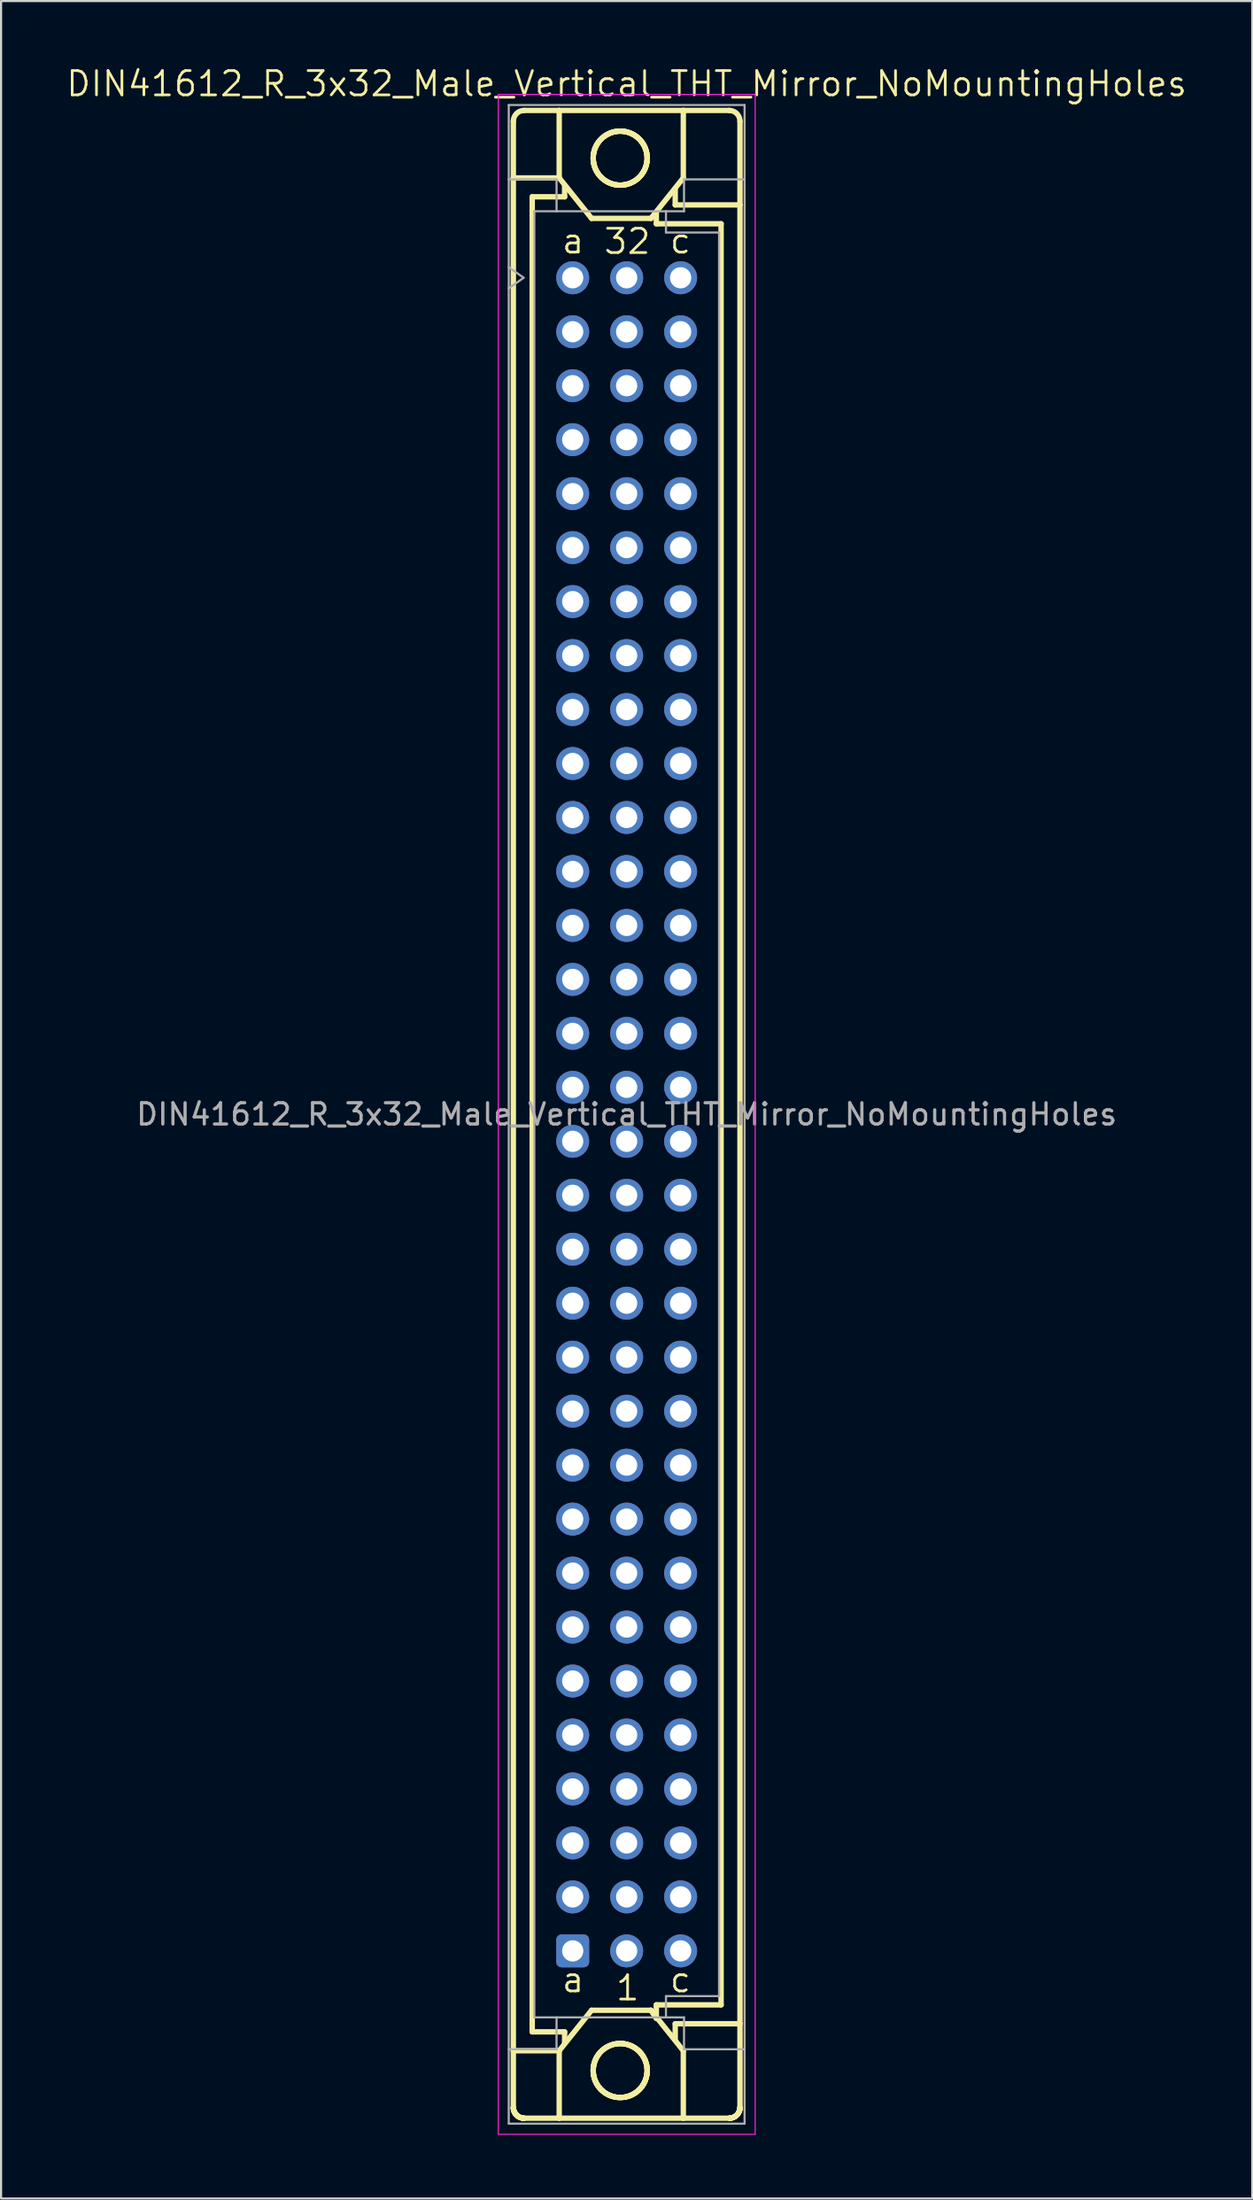
<source format=kicad_pcb>
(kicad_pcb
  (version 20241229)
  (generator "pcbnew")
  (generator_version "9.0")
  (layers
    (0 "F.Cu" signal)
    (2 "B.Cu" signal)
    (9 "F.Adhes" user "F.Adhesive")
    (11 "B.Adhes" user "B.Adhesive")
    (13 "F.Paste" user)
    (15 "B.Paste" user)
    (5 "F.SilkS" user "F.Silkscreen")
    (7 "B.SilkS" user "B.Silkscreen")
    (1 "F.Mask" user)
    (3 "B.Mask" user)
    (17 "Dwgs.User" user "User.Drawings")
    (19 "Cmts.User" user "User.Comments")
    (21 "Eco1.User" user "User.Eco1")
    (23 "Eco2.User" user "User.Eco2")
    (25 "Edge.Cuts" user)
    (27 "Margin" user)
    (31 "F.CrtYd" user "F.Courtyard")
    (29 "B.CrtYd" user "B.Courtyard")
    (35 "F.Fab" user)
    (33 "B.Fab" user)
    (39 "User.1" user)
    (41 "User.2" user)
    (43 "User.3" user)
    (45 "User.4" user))
  (footprint "DIN41612_R_3x32_Male_Vertical_THT_Mirror_NoMountingHoles"
    (layer "F.Cu")
    (at 23.907 10.022)
    (property "Reference" "DIN41612_R_3x32_Male_Vertical_THT_Mirror_NoMountingHoles" (at 2.54 -9.13 0) (layer "F.SilkS") (effects (font (size 1.143 1.143) (thickness 0.127))))
    (attr through_hole)
    (fp_line (start -2.794 -4.699) (end -2.794 -7.366) (stroke (width 0.254) (type solid)) (layer "F.SilkS"))
    (fp_line (start -2.794 83.439) (end -2.794 -4.699) (stroke (width 0.254) (type solid)) (layer "F.SilkS"))
    (fp_line (start -2.794 86.106) (end -2.794 83.439) (stroke (width 0.254) (type solid)) (layer "F.SilkS"))
    (fp_line (start -2.794 86.106) (end -2.794 86.12) (stroke (width 0.254) (type solid)) (layer "F.SilkS"))
    (fp_line (start -2.794 86.12) (end -2.793 86.134) (stroke (width 0.254) (type solid)) (layer "F.SilkS"))
    (fp_line (start -2.793 86.134) (end -2.792 86.148) (stroke (width 0.254) (type solid)) (layer "F.SilkS"))
    (fp_line (start -2.792 86.148) (end -2.791 86.162) (stroke (width 0.254) (type solid)) (layer "F.SilkS"))
    (fp_line (start -2.791 86.162) (end -2.789 86.176) (stroke (width 0.254) (type solid)) (layer "F.SilkS"))
    (fp_line (start -2.789 86.176) (end -2.787 86.19) (stroke (width 0.254) (type solid)) (layer "F.SilkS"))
    (fp_line (start -2.787 86.19) (end -2.785 86.203) (stroke (width 0.254) (type solid)) (layer "F.SilkS"))
    (fp_line (start -2.785 86.203) (end -2.782 86.217) (stroke (width 0.254) (type solid)) (layer "F.SilkS"))
    (fp_line (start -2.782 86.217) (end -2.779 86.231) (stroke (width 0.254) (type solid)) (layer "F.SilkS"))
    (fp_line (start -2.779 86.231) (end -2.775 86.244) (stroke (width 0.254) (type solid)) (layer "F.SilkS"))
    (fp_line (start -2.775 86.244) (end -2.771 86.258) (stroke (width 0.254) (type solid)) (layer "F.SilkS"))
    (fp_line (start -2.771 86.258) (end -2.767 86.271) (stroke (width 0.254) (type solid)) (layer "F.SilkS"))
    (fp_line (start -2.767 86.271) (end -2.762 86.284) (stroke (width 0.254) (type solid)) (layer "F.SilkS"))
    (fp_line (start -2.762 86.284) (end -2.757 86.297) (stroke (width 0.254) (type solid)) (layer "F.SilkS"))
    (fp_line (start -2.757 86.297) (end -2.751 86.31) (stroke (width 0.254) (type solid)) (layer "F.SilkS"))
    (fp_line (start -2.751 86.31) (end -2.745 86.323) (stroke (width 0.254) (type solid)) (layer "F.SilkS"))
    (fp_line (start -2.745 86.323) (end -2.739 86.335) (stroke (width 0.254) (type solid)) (layer "F.SilkS"))
    (fp_line (start -2.739 86.335) (end -2.733 86.348) (stroke (width 0.254) (type solid)) (layer "F.SilkS"))
    (fp_line (start -2.733 86.348) (end -2.726 86.36) (stroke (width 0.254) (type solid)) (layer "F.SilkS"))
    (fp_line (start -2.726 86.36) (end -2.719 86.372) (stroke (width 0.254) (type solid)) (layer "F.SilkS"))
    (fp_line (start -2.719 86.372) (end -2.711 86.384) (stroke (width 0.254) (type solid)) (layer "F.SilkS"))
    (fp_line (start -2.711 86.384) (end -2.704 86.395) (stroke (width 0.254) (type solid)) (layer "F.SilkS"))
    (fp_line (start -2.704 86.395) (end -2.695 86.407) (stroke (width 0.254) (type solid)) (layer "F.SilkS"))
    (fp_line (start -2.695 86.407) (end -2.687 86.418) (stroke (width 0.254) (type solid)) (layer "F.SilkS"))
    (fp_line (start -2.687 86.418) (end -2.678 86.429) (stroke (width 0.254) (type solid)) (layer "F.SilkS"))
    (fp_line (start -2.678 86.429) (end -2.669 86.44) (stroke (width 0.254) (type solid)) (layer "F.SilkS"))
    (fp_line (start -2.669 86.44) (end -2.66 86.45) (stroke (width 0.254) (type solid)) (layer "F.SilkS"))
    (fp_line (start -2.66 86.45) (end -2.65 86.46) (stroke (width 0.254) (type solid)) (layer "F.SilkS"))
    (fp_line (start -2.65 86.46) (end -2.64 86.47) (stroke (width 0.254) (type solid)) (layer "F.SilkS"))
    (fp_line (start -2.64 86.47) (end -2.63 86.48) (stroke (width 0.254) (type solid)) (layer "F.SilkS"))
    (fp_line (start -2.63 86.48) (end -2.62 86.489) (stroke (width 0.254) (type solid)) (layer "F.SilkS"))
    (fp_line (start -2.62 86.489) (end -2.609 86.498) (stroke (width 0.254) (type solid)) (layer "F.SilkS"))
    (fp_line (start -2.609 86.498) (end -2.598 86.507) (stroke (width 0.254) (type solid)) (layer "F.SilkS"))
    (fp_line (start -2.598 86.507) (end -2.587 86.515) (stroke (width 0.254) (type solid)) (layer "F.SilkS"))
    (fp_line (start -2.587 86.515) (end -2.575 86.523) (stroke (width 0.254) (type solid)) (layer "F.SilkS"))
    (fp_line (start -2.575 86.523) (end -2.564 86.531) (stroke (width 0.254) (type solid)) (layer "F.SilkS"))
    (fp_line (start -2.564 86.531) (end -2.552 86.539) (stroke (width 0.254) (type solid)) (layer "F.SilkS"))
    (fp_line (start -2.552 86.539) (end -2.54 86.546) (stroke (width 0.254) (type solid)) (layer "F.SilkS"))
    (fp_line (start -2.54 86.546) (end -2.528 86.553) (stroke (width 0.254) (type solid)) (layer "F.SilkS"))
    (fp_line (start -2.528 86.553) (end -2.515 86.559) (stroke (width 0.254) (type solid)) (layer "F.SilkS"))
    (fp_line (start -2.515 86.559) (end -2.503 86.565) (stroke (width 0.254) (type solid)) (layer "F.SilkS"))
    (fp_line (start -2.503 86.565) (end -2.49 86.571) (stroke (width 0.254) (type solid)) (layer "F.SilkS"))
    (fp_line (start -2.49 86.571) (end -2.477 86.577) (stroke (width 0.254) (type solid)) (layer "F.SilkS"))
    (fp_line (start -2.477 86.577) (end -2.464 86.582) (stroke (width 0.254) (type solid)) (layer "F.SilkS"))
    (fp_line (start -2.464 86.582) (end -2.451 86.587) (stroke (width 0.254) (type solid)) (layer "F.SilkS"))
    (fp_line (start -2.451 86.587) (end -2.438 86.591) (stroke (width 0.254) (type solid)) (layer "F.SilkS"))
    (fp_line (start -2.438 86.591) (end -2.424 86.595) (stroke (width 0.254) (type solid)) (layer "F.SilkS"))
    (fp_line (start -2.424 86.595) (end -2.411 86.599) (stroke (width 0.254) (type solid)) (layer "F.SilkS"))
    (fp_line (start -2.411 86.599) (end -2.397 86.602) (stroke (width 0.254) (type solid)) (layer "F.SilkS"))
    (fp_line (start -2.397 86.602) (end -2.383 86.605) (stroke (width 0.254) (type solid)) (layer "F.SilkS"))
    (fp_line (start -2.383 86.605) (end -2.37 86.607) (stroke (width 0.254) (type solid)) (layer "F.SilkS"))
    (fp_line (start -2.37 86.607) (end -2.356 86.609) (stroke (width 0.254) (type solid)) (layer "F.SilkS"))
    (fp_line (start -2.356 86.609) (end -2.342 86.611) (stroke (width 0.254) (type solid)) (layer "F.SilkS"))
    (fp_line (start -2.342 86.611) (end -2.328 86.612) (stroke (width 0.254) (type solid)) (layer "F.SilkS"))
    (fp_line (start -2.328 86.612) (end -2.314 86.613) (stroke (width 0.254) (type solid)) (layer "F.SilkS"))
    (fp_line (start -2.314 86.613) (end -2.3 86.614) (stroke (width 0.254) (type solid)) (layer "F.SilkS"))
    (fp_line (start -2.3 86.614) (end -2.286 86.614) (stroke (width 0.254) (type solid)) (layer "F.SilkS"))
    (fp_line (start -1.905 82.55) (end -1.905 -3.81) (stroke (width 0.254) (type solid)) (layer "F.SilkS"))
    (fp_line (start -0.635 -7.874) (end -2.286 -7.874) (stroke (width 0.254) (type solid)) (layer "F.SilkS"))
    (fp_line (start -0.635 -7.874) (end -0.635 -4.699) (stroke (width 0.254) (type solid)) (layer "F.SilkS"))
    (fp_line (start -0.635 -4.699) (end -2.794 -4.699) (stroke (width 0.254) (type solid)) (layer "F.SilkS"))
    (fp_line (start -0.635 -4.699) (end 0.889 -2.794) (stroke (width 0.254) (type solid)) (layer "F.SilkS"))
    (fp_line (start -0.635 83.439) (end -2.794 83.439) (stroke (width 0.254) (type solid)) (layer "F.SilkS"))
    (fp_line (start -0.635 83.439) (end -0.635 86.614) (stroke (width 0.254) (type solid)) (layer "F.SilkS"))
    (fp_line (start -0.635 83.439) (end 0.889 81.534) (stroke (width 0.254) (type solid)) (layer "F.SilkS"))
    (fp_line (start -0.635 86.614) (end -2.286 86.614) (stroke (width 0.254) (type solid)) (layer "F.SilkS"))
    (fp_line (start -0.635 86.614) (end 5.207 86.614) (stroke (width 0.254) (type solid)) (layer "F.SilkS"))
    (fp_line (start -0.381 -3.81) (end -1.905 -3.81) (stroke (width 0.254) (type solid)) (layer "F.SilkS"))
    (fp_line (start -0.381 -3.81) (end -0.381 -4.318) (stroke (width 0.254) (type solid)) (layer "F.SilkS"))
    (fp_line (start -0.381 82.55) (end -1.905 82.55) (stroke (width 0.254) (type solid)) (layer "F.SilkS"))
    (fp_line (start -0.381 83.058) (end -0.381 82.55) (stroke (width 0.254) (type solid)) (layer "F.SilkS"))
    (fp_line (start 0.965 -5.63) (end 0.966 -5.599) (stroke (width 0.254) (type solid)) (layer "F.SilkS"))
    (fp_line (start 0.965 84.37) (end 0.966 84.401) (stroke (width 0.254) (type solid)) (layer "F.SilkS"))
    (fp_line (start 0.966 -5.661) (end 0.965 -5.63) (stroke (width 0.254) (type solid)) (layer "F.SilkS"))
    (fp_line (start 0.966 -5.599) (end 0.967 -5.568) (stroke (width 0.254) (type solid)) (layer "F.SilkS"))
    (fp_line (start 0.966 84.339) (end 0.965 84.37) (stroke (width 0.254) (type solid)) (layer "F.SilkS"))
    (fp_line (start 0.966 84.401) (end 0.967 84.432) (stroke (width 0.254) (type solid)) (layer "F.SilkS"))
    (fp_line (start 0.967 -5.692) (end 0.966 -5.661) (stroke (width 0.254) (type solid)) (layer "F.SilkS"))
    (fp_line (start 0.967 -5.568) (end 0.969 -5.537) (stroke (width 0.254) (type solid)) (layer "F.SilkS"))
    (fp_line (start 0.967 84.308) (end 0.966 84.339) (stroke (width 0.254) (type solid)) (layer "F.SilkS"))
    (fp_line (start 0.967 84.432) (end 0.969 84.463) (stroke (width 0.254) (type solid)) (layer "F.SilkS"))
    (fp_line (start 0.969 -5.723) (end 0.967 -5.692) (stroke (width 0.254) (type solid)) (layer "F.SilkS"))
    (fp_line (start 0.969 -5.537) (end 0.971 -5.505) (stroke (width 0.254) (type solid)) (layer "F.SilkS"))
    (fp_line (start 0.969 84.276) (end 0.967 84.308) (stroke (width 0.254) (type solid)) (layer "F.SilkS"))
    (fp_line (start 0.969 84.463) (end 0.971 84.494) (stroke (width 0.254) (type solid)) (layer "F.SilkS"))
    (fp_line (start 0.971 -5.754) (end 0.969 -5.723) (stroke (width 0.254) (type solid)) (layer "F.SilkS"))
    (fp_line (start 0.971 -5.505) (end 0.975 -5.474) (stroke (width 0.254) (type solid)) (layer "F.SilkS"))
    (fp_line (start 0.971 84.245) (end 0.969 84.276) (stroke (width 0.254) (type solid)) (layer "F.SilkS"))
    (fp_line (start 0.971 84.494) (end 0.975 84.525) (stroke (width 0.254) (type solid)) (layer "F.SilkS"))
    (fp_line (start 0.975 -5.785) (end 0.971 -5.754) (stroke (width 0.254) (type solid)) (layer "F.SilkS"))
    (fp_line (start 0.975 -5.474) (end 0.979 -5.444) (stroke (width 0.254) (type solid)) (layer "F.SilkS"))
    (fp_line (start 0.975 84.214) (end 0.971 84.245) (stroke (width 0.254) (type solid)) (layer "F.SilkS"))
    (fp_line (start 0.975 84.525) (end 0.979 84.556) (stroke (width 0.254) (type solid)) (layer "F.SilkS"))
    (fp_line (start 0.979 -5.816) (end 0.975 -5.785) (stroke (width 0.254) (type solid)) (layer "F.SilkS"))
    (fp_line (start 0.979 -5.444) (end 0.984 -5.413) (stroke (width 0.254) (type solid)) (layer "F.SilkS"))
    (fp_line (start 0.979 84.184) (end 0.975 84.214) (stroke (width 0.254) (type solid)) (layer "F.SilkS"))
    (fp_line (start 0.979 84.556) (end 0.984 84.587) (stroke (width 0.254) (type solid)) (layer "F.SilkS"))
    (fp_line (start 0.984 -5.847) (end 0.979 -5.816) (stroke (width 0.254) (type solid)) (layer "F.SilkS"))
    (fp_line (start 0.984 -5.413) (end 0.99 -5.382) (stroke (width 0.254) (type solid)) (layer "F.SilkS"))
    (fp_line (start 0.984 84.153) (end 0.979 84.184) (stroke (width 0.254) (type solid)) (layer "F.SilkS"))
    (fp_line (start 0.984 84.587) (end 0.99 84.618) (stroke (width 0.254) (type solid)) (layer "F.SilkS"))
    (fp_line (start 0.99 -5.878) (end 0.984 -5.847) (stroke (width 0.254) (type solid)) (layer "F.SilkS"))
    (fp_line (start 0.99 -5.382) (end 0.996 -5.352) (stroke (width 0.254) (type solid)) (layer "F.SilkS"))
    (fp_line (start 0.99 84.122) (end 0.984 84.153) (stroke (width 0.254) (type solid)) (layer "F.SilkS"))
    (fp_line (start 0.99 84.618) (end 0.996 84.648) (stroke (width 0.254) (type solid)) (layer "F.SilkS"))
    (fp_line (start 0.996 -5.908) (end 0.99 -5.878) (stroke (width 0.254) (type solid)) (layer "F.SilkS"))
    (fp_line (start 0.996 -5.352) (end 1.003 -5.321) (stroke (width 0.254) (type solid)) (layer "F.SilkS"))
    (fp_line (start 0.996 84.092) (end 0.99 84.122) (stroke (width 0.254) (type solid)) (layer "F.SilkS"))
    (fp_line (start 0.996 84.648) (end 1.003 84.678) (stroke (width 0.254) (type solid)) (layer "F.SilkS"))
    (fp_line (start 1.003 -5.939) (end 0.996 -5.908) (stroke (width 0.254) (type solid)) (layer "F.SilkS"))
    (fp_line (start 1.003 -5.321) (end 1.011 -5.291) (stroke (width 0.254) (type solid)) (layer "F.SilkS"))
    (fp_line (start 1.003 84.061) (end 0.996 84.092) (stroke (width 0.254) (type solid)) (layer "F.SilkS"))
    (fp_line (start 1.003 84.678) (end 1.011 84.709) (stroke (width 0.254) (type solid)) (layer "F.SilkS"))
    (fp_line (start 1.011 -5.969) (end 1.003 -5.939) (stroke (width 0.254) (type solid)) (layer "F.SilkS"))
    (fp_line (start 1.011 -5.291) (end 1.02 -5.261) (stroke (width 0.254) (type solid)) (layer "F.SilkS"))
    (fp_line (start 1.011 84.031) (end 1.003 84.061) (stroke (width 0.254) (type solid)) (layer "F.SilkS"))
    (fp_line (start 1.011 84.709) (end 1.02 84.739) (stroke (width 0.254) (type solid)) (layer "F.SilkS"))
    (fp_line (start 1.02 -5.999) (end 1.011 -5.969) (stroke (width 0.254) (type solid)) (layer "F.SilkS"))
    (fp_line (start 1.02 -5.261) (end 1.029 -5.231) (stroke (width 0.254) (type solid)) (layer "F.SilkS"))
    (fp_line (start 1.02 84.001) (end 1.011 84.031) (stroke (width 0.254) (type solid)) (layer "F.SilkS"))
    (fp_line (start 1.02 84.739) (end 1.029 84.768) (stroke (width 0.254) (type solid)) (layer "F.SilkS"))
    (fp_line (start 1.029 -6.028) (end 1.02 -5.999) (stroke (width 0.254) (type solid)) (layer "F.SilkS"))
    (fp_line (start 1.029 -5.231) (end 1.039 -5.202) (stroke (width 0.254) (type solid)) (layer "F.SilkS"))
    (fp_line (start 1.029 83.972) (end 1.02 84.001) (stroke (width 0.254) (type solid)) (layer "F.SilkS"))
    (fp_line (start 1.029 84.768) (end 1.039 84.798) (stroke (width 0.254) (type solid)) (layer "F.SilkS"))
    (fp_line (start 1.039 -6.058) (end 1.029 -6.028) (stroke (width 0.254) (type solid)) (layer "F.SilkS"))
    (fp_line (start 1.039 -5.202) (end 1.05 -5.173) (stroke (width 0.254) (type solid)) (layer "F.SilkS"))
    (fp_line (start 1.039 83.942) (end 1.029 83.972) (stroke (width 0.254) (type solid)) (layer "F.SilkS"))
    (fp_line (start 1.039 84.798) (end 1.05 84.827) (stroke (width 0.254) (type solid)) (layer "F.SilkS"))
    (fp_line (start 1.05 -6.087) (end 1.039 -6.058) (stroke (width 0.254) (type solid)) (layer "F.SilkS"))
    (fp_line (start 1.05 -5.173) (end 1.062 -5.144) (stroke (width 0.254) (type solid)) (layer "F.SilkS"))
    (fp_line (start 1.05 83.913) (end 1.039 83.942) (stroke (width 0.254) (type solid)) (layer "F.SilkS"))
    (fp_line (start 1.05 84.827) (end 1.062 84.856) (stroke (width 0.254) (type solid)) (layer "F.SilkS"))
    (fp_line (start 1.062 -6.116) (end 1.05 -6.087) (stroke (width 0.254) (type solid)) (layer "F.SilkS"))
    (fp_line (start 1.062 -5.144) (end 1.074 -5.115) (stroke (width 0.254) (type solid)) (layer "F.SilkS"))
    (fp_line (start 1.062 83.884) (end 1.05 83.913) (stroke (width 0.254) (type solid)) (layer "F.SilkS"))
    (fp_line (start 1.062 84.856) (end 1.074 84.885) (stroke (width 0.254) (type solid)) (layer "F.SilkS"))
    (fp_line (start 1.074 -6.145) (end 1.062 -6.116) (stroke (width 0.254) (type solid)) (layer "F.SilkS"))
    (fp_line (start 1.074 -5.115) (end 1.087 -5.087) (stroke (width 0.254) (type solid)) (layer "F.SilkS"))
    (fp_line (start 1.074 83.855) (end 1.062 83.884) (stroke (width 0.254) (type solid)) (layer "F.SilkS"))
    (fp_line (start 1.074 84.885) (end 1.087 84.913) (stroke (width 0.254) (type solid)) (layer "F.SilkS"))
    (fp_line (start 1.087 -6.173) (end 1.074 -6.145) (stroke (width 0.254) (type solid)) (layer "F.SilkS"))
    (fp_line (start 1.087 -5.087) (end 1.101 -5.059) (stroke (width 0.254) (type solid)) (layer "F.SilkS"))
    (fp_line (start 1.087 83.827) (end 1.074 83.855) (stroke (width 0.254) (type solid)) (layer "F.SilkS"))
    (fp_line (start 1.087 84.913) (end 1.101 84.941) (stroke (width 0.254) (type solid)) (layer "F.SilkS"))
    (fp_line (start 1.101 -6.201) (end 1.087 -6.173) (stroke (width 0.254) (type solid)) (layer "F.SilkS"))
    (fp_line (start 1.101 -5.059) (end 1.115 -5.031) (stroke (width 0.254) (type solid)) (layer "F.SilkS"))
    (fp_line (start 1.101 83.799) (end 1.087 83.827) (stroke (width 0.254) (type solid)) (layer "F.SilkS"))
    (fp_line (start 1.101 84.941) (end 1.115 84.969) (stroke (width 0.254) (type solid)) (layer "F.SilkS"))
    (fp_line (start 1.115 -6.229) (end 1.101 -6.201) (stroke (width 0.254) (type solid)) (layer "F.SilkS"))
    (fp_line (start 1.115 -5.031) (end 1.13 -5.004) (stroke (width 0.254) (type solid)) (layer "F.SilkS"))
    (fp_line (start 1.115 83.771) (end 1.101 83.799) (stroke (width 0.254) (type solid)) (layer "F.SilkS"))
    (fp_line (start 1.115 84.969) (end 1.13 84.996) (stroke (width 0.254) (type solid)) (layer "F.SilkS"))
    (fp_line (start 1.13 -6.256) (end 1.115 -6.229) (stroke (width 0.254) (type solid)) (layer "F.SilkS"))
    (fp_line (start 1.13 -5.004) (end 1.146 -4.977) (stroke (width 0.254) (type solid)) (layer "F.SilkS"))
    (fp_line (start 1.13 83.744) (end 1.115 83.771) (stroke (width 0.254) (type solid)) (layer "F.SilkS"))
    (fp_line (start 1.13 84.996) (end 1.146 85.023) (stroke (width 0.254) (type solid)) (layer "F.SilkS"))
    (fp_line (start 1.146 -6.283) (end 1.13 -6.256) (stroke (width 0.254) (type solid)) (layer "F.SilkS"))
    (fp_line (start 1.146 -4.977) (end 1.162 -4.95) (stroke (width 0.254) (type solid)) (layer "F.SilkS"))
    (fp_line (start 1.146 83.717) (end 1.13 83.744) (stroke (width 0.254) (type solid)) (layer "F.SilkS"))
    (fp_line (start 1.146 85.023) (end 1.162 85.049) (stroke (width 0.254) (type solid)) (layer "F.SilkS"))
    (fp_line (start 1.162 -6.309) (end 1.146 -6.283) (stroke (width 0.254) (type solid)) (layer "F.SilkS"))
    (fp_line (start 1.162 -4.95) (end 1.179 -4.924) (stroke (width 0.254) (type solid)) (layer "F.SilkS"))
    (fp_line (start 1.162 83.691) (end 1.146 83.717) (stroke (width 0.254) (type solid)) (layer "F.SilkS"))
    (fp_line (start 1.162 85.049) (end 1.179 85.076) (stroke (width 0.254) (type solid)) (layer "F.SilkS"))
    (fp_line (start 1.179 -6.335) (end 1.162 -6.309) (stroke (width 0.254) (type solid)) (layer "F.SilkS"))
    (fp_line (start 1.179 -4.924) (end 1.197 -4.899) (stroke (width 0.254) (type solid)) (layer "F.SilkS"))
    (fp_line (start 1.179 83.664) (end 1.162 83.691) (stroke (width 0.254) (type solid)) (layer "F.SilkS"))
    (fp_line (start 1.179 85.076) (end 1.197 85.101) (stroke (width 0.254) (type solid)) (layer "F.SilkS"))
    (fp_line (start 1.197 -6.361) (end 1.179 -6.335) (stroke (width 0.254) (type solid)) (layer "F.SilkS"))
    (fp_line (start 1.197 -4.899) (end 1.215 -4.873) (stroke (width 0.254) (type solid)) (layer "F.SilkS"))
    (fp_line (start 1.197 83.639) (end 1.179 83.664) (stroke (width 0.254) (type solid)) (layer "F.SilkS"))
    (fp_line (start 1.197 85.101) (end 1.215 85.126) (stroke (width 0.254) (type solid)) (layer "F.SilkS"))
    (fp_line (start 1.215 -6.386) (end 1.197 -6.361) (stroke (width 0.254) (type solid)) (layer "F.SilkS"))
    (fp_line (start 1.215 -4.873) (end 1.234 -4.849) (stroke (width 0.254) (type solid)) (layer "F.SilkS"))
    (fp_line (start 1.215 83.613) (end 1.197 83.639) (stroke (width 0.254) (type solid)) (layer "F.SilkS"))
    (fp_line (start 1.215 85.126) (end 1.234 85.151) (stroke (width 0.254) (type solid)) (layer "F.SilkS"))
    (fp_line (start 1.234 -6.411) (end 1.215 -6.386) (stroke (width 0.254) (type solid)) (layer "F.SilkS"))
    (fp_line (start 1.234 -4.849) (end 1.254 -4.824) (stroke (width 0.254) (type solid)) (layer "F.SilkS"))
    (fp_line (start 1.234 83.589) (end 1.215 83.613) (stroke (width 0.254) (type solid)) (layer "F.SilkS"))
    (fp_line (start 1.234 85.151) (end 1.254 85.176) (stroke (width 0.254) (type solid)) (layer "F.SilkS"))
    (fp_line (start 1.254 -6.436) (end 1.234 -6.411) (stroke (width 0.254) (type solid)) (layer "F.SilkS"))
    (fp_line (start 1.254 -4.824) (end 1.274 -4.8) (stroke (width 0.254) (type solid)) (layer "F.SilkS"))
    (fp_line (start 1.254 83.564) (end 1.234 83.589) (stroke (width 0.254) (type solid)) (layer "F.SilkS"))
    (fp_line (start 1.254 85.176) (end 1.274 85.199) (stroke (width 0.254) (type solid)) (layer "F.SilkS"))
    (fp_line (start 1.274 -6.459) (end 1.254 -6.436) (stroke (width 0.254) (type solid)) (layer "F.SilkS"))
    (fp_line (start 1.274 -4.8) (end 1.294 -4.777) (stroke (width 0.254) (type solid)) (layer "F.SilkS"))
    (fp_line (start 1.274 83.54) (end 1.254 83.564) (stroke (width 0.254) (type solid)) (layer "F.SilkS"))
    (fp_line (start 1.274 85.199) (end 1.294 85.223) (stroke (width 0.254) (type solid)) (layer "F.SilkS"))
    (fp_line (start 1.294 -6.483) (end 1.274 -6.459) (stroke (width 0.254) (type solid)) (layer "F.SilkS"))
    (fp_line (start 1.294 -4.777) (end 1.315 -4.754) (stroke (width 0.254) (type solid)) (layer "F.SilkS"))
    (fp_line (start 1.294 83.517) (end 1.274 83.54) (stroke (width 0.254) (type solid)) (layer "F.SilkS"))
    (fp_line (start 1.294 85.223) (end 1.315 85.246) (stroke (width 0.254) (type solid)) (layer "F.SilkS"))
    (fp_line (start 1.315 -6.506) (end 1.294 -6.483) (stroke (width 0.254) (type solid)) (layer "F.SilkS"))
    (fp_line (start 1.315 -4.754) (end 1.337 -4.732) (stroke (width 0.254) (type solid)) (layer "F.SilkS"))
    (fp_line (start 1.315 83.494) (end 1.294 83.517) (stroke (width 0.254) (type solid)) (layer "F.SilkS"))
    (fp_line (start 1.315 85.246) (end 1.337 85.268) (stroke (width 0.254) (type solid)) (layer "F.SilkS"))
    (fp_line (start 1.337 -6.528) (end 1.315 -6.506) (stroke (width 0.254) (type solid)) (layer "F.SilkS"))
    (fp_line (start 1.337 -4.732) (end 1.359 -4.71) (stroke (width 0.254) (type solid)) (layer "F.SilkS"))
    (fp_line (start 1.337 83.472) (end 1.315 83.494) (stroke (width 0.254) (type solid)) (layer "F.SilkS"))
    (fp_line (start 1.337 85.268) (end 1.359 85.29) (stroke (width 0.254) (type solid)) (layer "F.SilkS"))
    (fp_line (start 1.359 -6.55) (end 1.337 -6.528) (stroke (width 0.254) (type solid)) (layer "F.SilkS"))
    (fp_line (start 1.359 -4.71) (end 1.382 -4.689) (stroke (width 0.254) (type solid)) (layer "F.SilkS"))
    (fp_line (start 1.359 83.45) (end 1.337 83.472) (stroke (width 0.254) (type solid)) (layer "F.SilkS"))
    (fp_line (start 1.359 85.29) (end 1.382 85.311) (stroke (width 0.254) (type solid)) (layer "F.SilkS"))
    (fp_line (start 1.382 -6.571) (end 1.359 -6.55) (stroke (width 0.254) (type solid)) (layer "F.SilkS"))
    (fp_line (start 1.382 -4.689) (end 1.406 -4.668) (stroke (width 0.254) (type solid)) (layer "F.SilkS"))
    (fp_line (start 1.382 83.429) (end 1.359 83.45) (stroke (width 0.254) (type solid)) (layer "F.SilkS"))
    (fp_line (start 1.382 85.311) (end 1.406 85.332) (stroke (width 0.254) (type solid)) (layer "F.SilkS"))
    (fp_line (start 1.406 -6.592) (end 1.382 -6.571) (stroke (width 0.254) (type solid)) (layer "F.SilkS"))
    (fp_line (start 1.406 -4.668) (end 1.429 -4.648) (stroke (width 0.254) (type solid)) (layer "F.SilkS"))
    (fp_line (start 1.406 83.408) (end 1.382 83.429) (stroke (width 0.254) (type solid)) (layer "F.SilkS"))
    (fp_line (start 1.406 85.332) (end 1.429 85.352) (stroke (width 0.254) (type solid)) (layer "F.SilkS"))
    (fp_line (start 1.429 -6.612) (end 1.406 -6.592) (stroke (width 0.254) (type solid)) (layer "F.SilkS"))
    (fp_line (start 1.429 -4.648) (end 1.454 -4.629) (stroke (width 0.254) (type solid)) (layer "F.SilkS"))
    (fp_line (start 1.429 83.388) (end 1.406 83.408) (stroke (width 0.254) (type solid)) (layer "F.SilkS"))
    (fp_line (start 1.429 85.352) (end 1.454 85.371) (stroke (width 0.254) (type solid)) (layer "F.SilkS"))
    (fp_line (start 1.454 -6.631) (end 1.429 -6.612) (stroke (width 0.254) (type solid)) (layer "F.SilkS"))
    (fp_line (start 1.454 -4.629) (end 1.479 -4.61) (stroke (width 0.254) (type solid)) (layer "F.SilkS"))
    (fp_line (start 1.454 83.369) (end 1.429 83.388) (stroke (width 0.254) (type solid)) (layer "F.SilkS"))
    (fp_line (start 1.454 85.371) (end 1.479 85.39) (stroke (width 0.254) (type solid)) (layer "F.SilkS"))
    (fp_line (start 1.479 -6.65) (end 1.454 -6.631) (stroke (width 0.254) (type solid)) (layer "F.SilkS"))
    (fp_line (start 1.479 -4.61) (end 1.504 -4.592) (stroke (width 0.254) (type solid)) (layer "F.SilkS"))
    (fp_line (start 1.479 83.35) (end 1.454 83.369) (stroke (width 0.254) (type solid)) (layer "F.SilkS"))
    (fp_line (start 1.479 85.39) (end 1.504 85.408) (stroke (width 0.254) (type solid)) (layer "F.SilkS"))
    (fp_line (start 1.504 -6.668) (end 1.479 -6.65) (stroke (width 0.254) (type solid)) (layer "F.SilkS"))
    (fp_line (start 1.504 -4.592) (end 1.53 -4.574) (stroke (width 0.254) (type solid)) (layer "F.SilkS"))
    (fp_line (start 1.504 83.332) (end 1.479 83.35) (stroke (width 0.254) (type solid)) (layer "F.SilkS"))
    (fp_line (start 1.504 85.408) (end 1.53 85.426) (stroke (width 0.254) (type solid)) (layer "F.SilkS"))
    (fp_line (start 1.53 -6.686) (end 1.504 -6.668) (stroke (width 0.254) (type solid)) (layer "F.SilkS"))
    (fp_line (start 1.53 -4.574) (end 1.556 -4.557) (stroke (width 0.254) (type solid)) (layer "F.SilkS"))
    (fp_line (start 1.53 83.314) (end 1.504 83.332) (stroke (width 0.254) (type solid)) (layer "F.SilkS"))
    (fp_line (start 1.53 85.426) (end 1.556 85.443) (stroke (width 0.254) (type solid)) (layer "F.SilkS"))
    (fp_line (start 1.556 -6.703) (end 1.53 -6.686) (stroke (width 0.254) (type solid)) (layer "F.SilkS"))
    (fp_line (start 1.556 -4.557) (end 1.582 -4.541) (stroke (width 0.254) (type solid)) (layer "F.SilkS"))
    (fp_line (start 1.556 83.297) (end 1.53 83.314) (stroke (width 0.254) (type solid)) (layer "F.SilkS"))
    (fp_line (start 1.556 85.443) (end 1.582 85.459) (stroke (width 0.254) (type solid)) (layer "F.SilkS"))
    (fp_line (start 1.582 -6.719) (end 1.556 -6.703) (stroke (width 0.254) (type solid)) (layer "F.SilkS"))
    (fp_line (start 1.582 -4.541) (end 1.609 -4.525) (stroke (width 0.254) (type solid)) (layer "F.SilkS"))
    (fp_line (start 1.582 83.281) (end 1.556 83.297) (stroke (width 0.254) (type solid)) (layer "F.SilkS"))
    (fp_line (start 1.582 85.459) (end 1.609 85.475) (stroke (width 0.254) (type solid)) (layer "F.SilkS"))
    (fp_line (start 1.609 -6.735) (end 1.582 -6.719) (stroke (width 0.254) (type solid)) (layer "F.SilkS"))
    (fp_line (start 1.609 -4.525) (end 1.637 -4.51) (stroke (width 0.254) (type solid)) (layer "F.SilkS"))
    (fp_line (start 1.609 83.265) (end 1.582 83.281) (stroke (width 0.254) (type solid)) (layer "F.SilkS"))
    (fp_line (start 1.609 85.475) (end 1.637 85.49) (stroke (width 0.254) (type solid)) (layer "F.SilkS"))
    (fp_line (start 1.637 -6.75) (end 1.609 -6.735) (stroke (width 0.254) (type solid)) (layer "F.SilkS"))
    (fp_line (start 1.637 -4.51) (end 1.664 -4.495) (stroke (width 0.254) (type solid)) (layer "F.SilkS"))
    (fp_line (start 1.637 83.25) (end 1.609 83.265) (stroke (width 0.254) (type solid)) (layer "F.SilkS"))
    (fp_line (start 1.637 85.49) (end 1.664 85.504) (stroke (width 0.254) (type solid)) (layer "F.SilkS"))
    (fp_line (start 1.664 -6.764) (end 1.637 -6.75) (stroke (width 0.254) (type solid)) (layer "F.SilkS"))
    (fp_line (start 1.664 -4.495) (end 1.692 -4.482) (stroke (width 0.254) (type solid)) (layer "F.SilkS"))
    (fp_line (start 1.664 83.236) (end 1.637 83.25) (stroke (width 0.254) (type solid)) (layer "F.SilkS"))
    (fp_line (start 1.664 85.504) (end 1.692 85.518) (stroke (width 0.254) (type solid)) (layer "F.SilkS"))
    (fp_line (start 1.692 -6.778) (end 1.664 -6.764) (stroke (width 0.254) (type solid)) (layer "F.SilkS"))
    (fp_line (start 1.692 -4.482) (end 1.72 -4.469) (stroke (width 0.254) (type solid)) (layer "F.SilkS"))
    (fp_line (start 1.692 83.222) (end 1.664 83.236) (stroke (width 0.254) (type solid)) (layer "F.SilkS"))
    (fp_line (start 1.692 85.518) (end 1.72 85.531) (stroke (width 0.254) (type solid)) (layer "F.SilkS"))
    (fp_line (start 1.72 -6.791) (end 1.692 -6.778) (stroke (width 0.254) (type solid)) (layer "F.SilkS"))
    (fp_line (start 1.72 -4.469) (end 1.749 -4.457) (stroke (width 0.254) (type solid)) (layer "F.SilkS"))
    (fp_line (start 1.72 83.209) (end 1.692 83.222) (stroke (width 0.254) (type solid)) (layer "F.SilkS"))
    (fp_line (start 1.72 85.531) (end 1.749 85.543) (stroke (width 0.254) (type solid)) (layer "F.SilkS"))
    (fp_line (start 1.749 -6.803) (end 1.72 -6.791) (stroke (width 0.254) (type solid)) (layer "F.SilkS"))
    (fp_line (start 1.749 -4.457) (end 1.778 -4.445) (stroke (width 0.254) (type solid)) (layer "F.SilkS"))
    (fp_line (start 1.749 83.197) (end 1.72 83.209) (stroke (width 0.254) (type solid)) (layer "F.SilkS"))
    (fp_line (start 1.749 85.543) (end 1.778 85.555) (stroke (width 0.254) (type solid)) (layer "F.SilkS"))
    (fp_line (start 1.778 -6.815) (end 1.749 -6.803) (stroke (width 0.254) (type solid)) (layer "F.SilkS"))
    (fp_line (start 1.778 -4.445) (end 1.807 -4.434) (stroke (width 0.254) (type solid)) (layer "F.SilkS"))
    (fp_line (start 1.778 83.185) (end 1.749 83.197) (stroke (width 0.254) (type solid)) (layer "F.SilkS"))
    (fp_line (start 1.778 85.555) (end 1.807 85.566) (stroke (width 0.254) (type solid)) (layer "F.SilkS"))
    (fp_line (start 1.807 -6.826) (end 1.778 -6.815) (stroke (width 0.254) (type solid)) (layer "F.SilkS"))
    (fp_line (start 1.807 -4.434) (end 1.837 -4.424) (stroke (width 0.254) (type solid)) (layer "F.SilkS"))
    (fp_line (start 1.807 83.174) (end 1.778 83.185) (stroke (width 0.254) (type solid)) (layer "F.SilkS"))
    (fp_line (start 1.807 85.566) (end 1.837 85.576) (stroke (width 0.254) (type solid)) (layer "F.SilkS"))
    (fp_line (start 1.837 -6.836) (end 1.807 -6.826) (stroke (width 0.254) (type solid)) (layer "F.SilkS"))
    (fp_line (start 1.837 -4.424) (end 1.867 -4.415) (stroke (width 0.254) (type solid)) (layer "F.SilkS"))
    (fp_line (start 1.837 83.164) (end 1.807 83.174) (stroke (width 0.254) (type solid)) (layer "F.SilkS"))
    (fp_line (start 1.837 85.576) (end 1.867 85.585) (stroke (width 0.254) (type solid)) (layer "F.SilkS"))
    (fp_line (start 1.867 -6.845) (end 1.837 -6.836) (stroke (width 0.254) (type solid)) (layer "F.SilkS"))
    (fp_line (start 1.867 -4.415) (end 1.897 -4.406) (stroke (width 0.254) (type solid)) (layer "F.SilkS"))
    (fp_line (start 1.867 83.155) (end 1.837 83.164) (stroke (width 0.254) (type solid)) (layer "F.SilkS"))
    (fp_line (start 1.867 85.585) (end 1.897 85.594) (stroke (width 0.254) (type solid)) (layer "F.SilkS"))
    (fp_line (start 1.897 -6.854) (end 1.867 -6.845) (stroke (width 0.254) (type solid)) (layer "F.SilkS"))
    (fp_line (start 1.897 -4.406) (end 1.927 -4.398) (stroke (width 0.254) (type solid)) (layer "F.SilkS"))
    (fp_line (start 1.897 83.146) (end 1.867 83.155) (stroke (width 0.254) (type solid)) (layer "F.SilkS"))
    (fp_line (start 1.897 85.594) (end 1.927 85.602) (stroke (width 0.254) (type solid)) (layer "F.SilkS"))
    (fp_line (start 1.927 -6.862) (end 1.897 -6.854) (stroke (width 0.254) (type solid)) (layer "F.SilkS"))
    (fp_line (start 1.927 -4.398) (end 1.957 -4.391) (stroke (width 0.254) (type solid)) (layer "F.SilkS"))
    (fp_line (start 1.927 83.138) (end 1.897 83.146) (stroke (width 0.254) (type solid)) (layer "F.SilkS"))
    (fp_line (start 1.927 85.602) (end 1.957 85.609) (stroke (width 0.254) (type solid)) (layer "F.SilkS"))
    (fp_line (start 1.957 -6.869) (end 1.927 -6.862) (stroke (width 0.254) (type solid)) (layer "F.SilkS"))
    (fp_line (start 1.957 -4.391) (end 1.987 -4.384) (stroke (width 0.254) (type solid)) (layer "F.SilkS"))
    (fp_line (start 1.957 83.131) (end 1.927 83.138) (stroke (width 0.254) (type solid)) (layer "F.SilkS"))
    (fp_line (start 1.957 85.609) (end 1.987 85.615) (stroke (width 0.254) (type solid)) (layer "F.SilkS"))
    (fp_line (start 1.987 -6.875) (end 1.957 -6.869) (stroke (width 0.254) (type solid)) (layer "F.SilkS"))
    (fp_line (start 1.987 -4.384) (end 2.018 -4.379) (stroke (width 0.254) (type solid)) (layer "F.SilkS"))
    (fp_line (start 1.987 83.124) (end 1.957 83.131) (stroke (width 0.254) (type solid)) (layer "F.SilkS"))
    (fp_line (start 1.987 85.615) (end 2.018 85.621) (stroke (width 0.254) (type solid)) (layer "F.SilkS"))
    (fp_line (start 2.018 -6.881) (end 1.987 -6.875) (stroke (width 0.254) (type solid)) (layer "F.SilkS"))
    (fp_line (start 2.018 -4.379) (end 2.049 -4.374) (stroke (width 0.254) (type solid)) (layer "F.SilkS"))
    (fp_line (start 2.018 83.119) (end 1.987 83.124) (stroke (width 0.254) (type solid)) (layer "F.SilkS"))
    (fp_line (start 2.018 85.621) (end 2.049 85.626) (stroke (width 0.254) (type solid)) (layer "F.SilkS"))
    (fp_line (start 2.049 -6.886) (end 2.018 -6.881) (stroke (width 0.254) (type solid)) (layer "F.SilkS"))
    (fp_line (start 2.049 -4.374) (end 2.08 -4.37) (stroke (width 0.254) (type solid)) (layer "F.SilkS"))
    (fp_line (start 2.049 83.114) (end 2.018 83.119) (stroke (width 0.254) (type solid)) (layer "F.SilkS"))
    (fp_line (start 2.049 85.626) (end 2.08 85.63) (stroke (width 0.254) (type solid)) (layer "F.SilkS"))
    (fp_line (start 2.08 -6.89) (end 2.049 -6.886) (stroke (width 0.254) (type solid)) (layer "F.SilkS"))
    (fp_line (start 2.08 -4.37) (end 2.111 -4.366) (stroke (width 0.254) (type solid)) (layer "F.SilkS"))
    (fp_line (start 2.08 83.109) (end 2.049 83.114) (stroke (width 0.254) (type solid)) (layer "F.SilkS"))
    (fp_line (start 2.08 85.63) (end 2.111 85.634) (stroke (width 0.254) (type solid)) (layer "F.SilkS"))
    (fp_line (start 2.111 -6.894) (end 2.08 -6.89) (stroke (width 0.254) (type solid)) (layer "F.SilkS"))
    (fp_line (start 2.111 -4.366) (end 2.142 -4.363) (stroke (width 0.254) (type solid)) (layer "F.SilkS"))
    (fp_line (start 2.111 83.106) (end 2.08 83.109) (stroke (width 0.254) (type solid)) (layer "F.SilkS"))
    (fp_line (start 2.111 85.634) (end 2.142 85.636) (stroke (width 0.254) (type solid)) (layer "F.SilkS"))
    (fp_line (start 2.142 -6.896) (end 2.111 -6.894) (stroke (width 0.254) (type solid)) (layer "F.SilkS"))
    (fp_line (start 2.142 -4.363) (end 2.173 -4.361) (stroke (width 0.254) (type solid)) (layer "F.SilkS"))
    (fp_line (start 2.142 83.103) (end 2.111 83.106) (stroke (width 0.254) (type solid)) (layer "F.SilkS"))
    (fp_line (start 2.142 85.636) (end 2.173 85.638) (stroke (width 0.254) (type solid)) (layer "F.SilkS"))
    (fp_line (start 2.173 -6.898) (end 2.142 -6.896) (stroke (width 0.254) (type solid)) (layer "F.SilkS"))
    (fp_line (start 2.173 -4.361) (end 2.204 -4.36) (stroke (width 0.254) (type solid)) (layer "F.SilkS"))
    (fp_line (start 2.173 83.101) (end 2.142 83.103) (stroke (width 0.254) (type solid)) (layer "F.SilkS"))
    (fp_line (start 2.173 85.638) (end 2.204 85.639) (stroke (width 0.254) (type solid)) (layer "F.SilkS"))
    (fp_line (start 2.204 -6.899) (end 2.173 -6.898) (stroke (width 0.254) (type solid)) (layer "F.SilkS"))
    (fp_line (start 2.204 -4.36) (end 2.235 -4.36) (stroke (width 0.254) (type solid)) (layer "F.SilkS"))
    (fp_line (start 2.204 83.1) (end 2.173 83.101) (stroke (width 0.254) (type solid)) (layer "F.SilkS"))
    (fp_line (start 2.204 85.639) (end 2.235 85.64) (stroke (width 0.254) (type solid)) (layer "F.SilkS"))
    (fp_line (start 2.235 -6.9) (end 2.204 -6.899) (stroke (width 0.254) (type solid)) (layer "F.SilkS"))
    (fp_line (start 2.235 -4.36) (end 2.266 -4.36) (stroke (width 0.254) (type solid)) (layer "F.SilkS"))
    (fp_line (start 2.235 83.1) (end 2.204 83.1) (stroke (width 0.254) (type solid)) (layer "F.SilkS"))
    (fp_line (start 2.235 85.64) (end 2.266 85.639) (stroke (width 0.254) (type solid)) (layer "F.SilkS"))
    (fp_line (start 2.266 -6.899) (end 2.235 -6.9) (stroke (width 0.254) (type solid)) (layer "F.SilkS"))
    (fp_line (start 2.266 -4.36) (end 2.297 -4.361) (stroke (width 0.254) (type solid)) (layer "F.SilkS"))
    (fp_line (start 2.266 83.1) (end 2.235 83.1) (stroke (width 0.254) (type solid)) (layer "F.SilkS"))
    (fp_line (start 2.266 85.639) (end 2.297 85.638) (stroke (width 0.254) (type solid)) (layer "F.SilkS"))
    (fp_line (start 2.297 -6.898) (end 2.266 -6.899) (stroke (width 0.254) (type solid)) (layer "F.SilkS"))
    (fp_line (start 2.297 -4.361) (end 2.329 -4.363) (stroke (width 0.254) (type solid)) (layer "F.SilkS"))
    (fp_line (start 2.297 83.101) (end 2.266 83.1) (stroke (width 0.254) (type solid)) (layer "F.SilkS"))
    (fp_line (start 2.297 85.638) (end 2.329 85.636) (stroke (width 0.254) (type solid)) (layer "F.SilkS"))
    (fp_line (start 2.329 -6.896) (end 2.297 -6.898) (stroke (width 0.254) (type solid)) (layer "F.SilkS"))
    (fp_line (start 2.329 -4.363) (end 2.36 -4.366) (stroke (width 0.254) (type solid)) (layer "F.SilkS"))
    (fp_line (start 2.329 83.103) (end 2.297 83.101) (stroke (width 0.254) (type solid)) (layer "F.SilkS"))
    (fp_line (start 2.329 85.636) (end 2.36 85.634) (stroke (width 0.254) (type solid)) (layer "F.SilkS"))
    (fp_line (start 2.36 -6.894) (end 2.329 -6.896) (stroke (width 0.254) (type solid)) (layer "F.SilkS"))
    (fp_line (start 2.36 -4.366) (end 2.391 -4.37) (stroke (width 0.254) (type solid)) (layer "F.SilkS"))
    (fp_line (start 2.36 83.106) (end 2.329 83.103) (stroke (width 0.254) (type solid)) (layer "F.SilkS"))
    (fp_line (start 2.36 85.634) (end 2.391 85.63) (stroke (width 0.254) (type solid)) (layer "F.SilkS"))
    (fp_line (start 2.391 -6.89) (end 2.36 -6.894) (stroke (width 0.254) (type solid)) (layer "F.SilkS"))
    (fp_line (start 2.391 -4.37) (end 2.421 -4.374) (stroke (width 0.254) (type solid)) (layer "F.SilkS"))
    (fp_line (start 2.391 83.109) (end 2.36 83.106) (stroke (width 0.254) (type solid)) (layer "F.SilkS"))
    (fp_line (start 2.391 85.63) (end 2.421 85.626) (stroke (width 0.254) (type solid)) (layer "F.SilkS"))
    (fp_line (start 2.421 -6.886) (end 2.391 -6.89) (stroke (width 0.254) (type solid)) (layer "F.SilkS"))
    (fp_line (start 2.421 -4.374) (end 2.452 -4.379) (stroke (width 0.254) (type solid)) (layer "F.SilkS"))
    (fp_line (start 2.421 83.114) (end 2.391 83.109) (stroke (width 0.254) (type solid)) (layer "F.SilkS"))
    (fp_line (start 2.421 85.626) (end 2.452 85.621) (stroke (width 0.254) (type solid)) (layer "F.SilkS"))
    (fp_line (start 2.452 -6.881) (end 2.421 -6.886) (stroke (width 0.254) (type solid)) (layer "F.SilkS"))
    (fp_line (start 2.452 -4.379) (end 2.483 -4.384) (stroke (width 0.254) (type solid)) (layer "F.SilkS"))
    (fp_line (start 2.452 83.119) (end 2.421 83.114) (stroke (width 0.254) (type solid)) (layer "F.SilkS"))
    (fp_line (start 2.452 85.621) (end 2.483 85.615) (stroke (width 0.254) (type solid)) (layer "F.SilkS"))
    (fp_line (start 2.483 -6.875) (end 2.452 -6.881) (stroke (width 0.254) (type solid)) (layer "F.SilkS"))
    (fp_line (start 2.483 -4.384) (end 2.514 -4.391) (stroke (width 0.254) (type solid)) (layer "F.SilkS"))
    (fp_line (start 2.483 83.124) (end 2.452 83.119) (stroke (width 0.254) (type solid)) (layer "F.SilkS"))
    (fp_line (start 2.483 85.615) (end 2.514 85.609) (stroke (width 0.254) (type solid)) (layer "F.SilkS"))
    (fp_line (start 2.514 -6.869) (end 2.483 -6.875) (stroke (width 0.254) (type solid)) (layer "F.SilkS"))
    (fp_line (start 2.514 -4.391) (end 2.544 -4.398) (stroke (width 0.254) (type solid)) (layer "F.SilkS"))
    (fp_line (start 2.514 83.131) (end 2.483 83.124) (stroke (width 0.254) (type solid)) (layer "F.SilkS"))
    (fp_line (start 2.514 85.609) (end 2.544 85.602) (stroke (width 0.254) (type solid)) (layer "F.SilkS"))
    (fp_line (start 2.544 -6.862) (end 2.514 -6.869) (stroke (width 0.254) (type solid)) (layer "F.SilkS"))
    (fp_line (start 2.544 -4.398) (end 2.574 -4.406) (stroke (width 0.254) (type solid)) (layer "F.SilkS"))
    (fp_line (start 2.544 83.138) (end 2.514 83.131) (stroke (width 0.254) (type solid)) (layer "F.SilkS"))
    (fp_line (start 2.544 85.602) (end 2.574 85.594) (stroke (width 0.254) (type solid)) (layer "F.SilkS"))
    (fp_line (start 2.574 -6.854) (end 2.544 -6.862) (stroke (width 0.254) (type solid)) (layer "F.SilkS"))
    (fp_line (start 2.574 -4.406) (end 2.604 -4.415) (stroke (width 0.254) (type solid)) (layer "F.SilkS"))
    (fp_line (start 2.574 83.146) (end 2.544 83.138) (stroke (width 0.254) (type solid)) (layer "F.SilkS"))
    (fp_line (start 2.574 85.594) (end 2.604 85.585) (stroke (width 0.254) (type solid)) (layer "F.SilkS"))
    (fp_line (start 2.604 -6.845) (end 2.574 -6.854) (stroke (width 0.254) (type solid)) (layer "F.SilkS"))
    (fp_line (start 2.604 -4.415) (end 2.634 -4.424) (stroke (width 0.254) (type solid)) (layer "F.SilkS"))
    (fp_line (start 2.604 83.155) (end 2.574 83.146) (stroke (width 0.254) (type solid)) (layer "F.SilkS"))
    (fp_line (start 2.604 85.585) (end 2.634 85.576) (stroke (width 0.254) (type solid)) (layer "F.SilkS"))
    (fp_line (start 2.634 -6.836) (end 2.604 -6.845) (stroke (width 0.254) (type solid)) (layer "F.SilkS"))
    (fp_line (start 2.634 -4.424) (end 2.663 -4.434) (stroke (width 0.254) (type solid)) (layer "F.SilkS"))
    (fp_line (start 2.634 83.164) (end 2.604 83.155) (stroke (width 0.254) (type solid)) (layer "F.SilkS"))
    (fp_line (start 2.634 85.576) (end 2.663 85.566) (stroke (width 0.254) (type solid)) (layer "F.SilkS"))
    (fp_line (start 2.663 -6.826) (end 2.634 -6.836) (stroke (width 0.254) (type solid)) (layer "F.SilkS"))
    (fp_line (start 2.663 -4.434) (end 2.692 -4.445) (stroke (width 0.254) (type solid)) (layer "F.SilkS"))
    (fp_line (start 2.663 83.174) (end 2.634 83.164) (stroke (width 0.254) (type solid)) (layer "F.SilkS"))
    (fp_line (start 2.663 85.566) (end 2.692 85.555) (stroke (width 0.254) (type solid)) (layer "F.SilkS"))
    (fp_line (start 2.692 -6.815) (end 2.663 -6.826) (stroke (width 0.254) (type solid)) (layer "F.SilkS"))
    (fp_line (start 2.692 -4.445) (end 2.721 -4.457) (stroke (width 0.254) (type solid)) (layer "F.SilkS"))
    (fp_line (start 2.692 83.185) (end 2.663 83.174) (stroke (width 0.254) (type solid)) (layer "F.SilkS"))
    (fp_line (start 2.692 85.555) (end 2.721 85.543) (stroke (width 0.254) (type solid)) (layer "F.SilkS"))
    (fp_line (start 2.721 -6.803) (end 2.692 -6.815) (stroke (width 0.254) (type solid)) (layer "F.SilkS"))
    (fp_line (start 2.721 -4.457) (end 2.75 -4.469) (stroke (width 0.254) (type solid)) (layer "F.SilkS"))
    (fp_line (start 2.721 83.197) (end 2.692 83.185) (stroke (width 0.254) (type solid)) (layer "F.SilkS"))
    (fp_line (start 2.721 85.543) (end 2.75 85.531) (stroke (width 0.254) (type solid)) (layer "F.SilkS"))
    (fp_line (start 2.75 -6.791) (end 2.721 -6.803) (stroke (width 0.254) (type solid)) (layer "F.SilkS"))
    (fp_line (start 2.75 -4.469) (end 2.778 -4.482) (stroke (width 0.254) (type solid)) (layer "F.SilkS"))
    (fp_line (start 2.75 83.209) (end 2.721 83.197) (stroke (width 0.254) (type solid)) (layer "F.SilkS"))
    (fp_line (start 2.75 85.531) (end 2.778 85.518) (stroke (width 0.254) (type solid)) (layer "F.SilkS"))
    (fp_line (start 2.778 -6.778) (end 2.75 -6.791) (stroke (width 0.254) (type solid)) (layer "F.SilkS"))
    (fp_line (start 2.778 -4.482) (end 2.806 -4.495) (stroke (width 0.254) (type solid)) (layer "F.SilkS"))
    (fp_line (start 2.778 83.222) (end 2.75 83.209) (stroke (width 0.254) (type solid)) (layer "F.SilkS"))
    (fp_line (start 2.778 85.518) (end 2.806 85.504) (stroke (width 0.254) (type solid)) (layer "F.SilkS"))
    (fp_line (start 2.806 -6.764) (end 2.778 -6.778) (stroke (width 0.254) (type solid)) (layer "F.SilkS"))
    (fp_line (start 2.806 -4.495) (end 2.834 -4.51) (stroke (width 0.254) (type solid)) (layer "F.SilkS"))
    (fp_line (start 2.806 83.236) (end 2.778 83.222) (stroke (width 0.254) (type solid)) (layer "F.SilkS"))
    (fp_line (start 2.806 85.504) (end 2.834 85.49) (stroke (width 0.254) (type solid)) (layer "F.SilkS"))
    (fp_line (start 2.834 -6.75) (end 2.806 -6.764) (stroke (width 0.254) (type solid)) (layer "F.SilkS"))
    (fp_line (start 2.834 -4.51) (end 2.861 -4.525) (stroke (width 0.254) (type solid)) (layer "F.SilkS"))
    (fp_line (start 2.834 83.25) (end 2.806 83.236) (stroke (width 0.254) (type solid)) (layer "F.SilkS"))
    (fp_line (start 2.834 85.49) (end 2.861 85.475) (stroke (width 0.254) (type solid)) (layer "F.SilkS"))
    (fp_line (start 2.861 -6.735) (end 2.834 -6.75) (stroke (width 0.254) (type solid)) (layer "F.SilkS"))
    (fp_line (start 2.861 -4.525) (end 2.888 -4.541) (stroke (width 0.254) (type solid)) (layer "F.SilkS"))
    (fp_line (start 2.861 83.265) (end 2.834 83.25) (stroke (width 0.254) (type solid)) (layer "F.SilkS"))
    (fp_line (start 2.861 85.475) (end 2.888 85.459) (stroke (width 0.254) (type solid)) (layer "F.SilkS"))
    (fp_line (start 2.888 -6.719) (end 2.861 -6.735) (stroke (width 0.254) (type solid)) (layer "F.SilkS"))
    (fp_line (start 2.888 -4.541) (end 2.915 -4.557) (stroke (width 0.254) (type solid)) (layer "F.SilkS"))
    (fp_line (start 2.888 83.281) (end 2.861 83.265) (stroke (width 0.254) (type solid)) (layer "F.SilkS"))
    (fp_line (start 2.888 85.459) (end 2.915 85.443) (stroke (width 0.254) (type solid)) (layer "F.SilkS"))
    (fp_line (start 2.915 -6.703) (end 2.888 -6.719) (stroke (width 0.254) (type solid)) (layer "F.SilkS"))
    (fp_line (start 2.915 -4.557) (end 2.941 -4.574) (stroke (width 0.254) (type solid)) (layer "F.SilkS"))
    (fp_line (start 2.915 83.297) (end 2.888 83.281) (stroke (width 0.254) (type solid)) (layer "F.SilkS"))
    (fp_line (start 2.915 85.443) (end 2.941 85.426) (stroke (width 0.254) (type solid)) (layer "F.SilkS"))
    (fp_line (start 2.941 -6.686) (end 2.915 -6.703) (stroke (width 0.254) (type solid)) (layer "F.SilkS"))
    (fp_line (start 2.941 -4.574) (end 2.966 -4.592) (stroke (width 0.254) (type solid)) (layer "F.SilkS"))
    (fp_line (start 2.941 83.314) (end 2.915 83.297) (stroke (width 0.254) (type solid)) (layer "F.SilkS"))
    (fp_line (start 2.941 85.426) (end 2.966 85.408) (stroke (width 0.254) (type solid)) (layer "F.SilkS"))
    (fp_line (start 2.966 -6.668) (end 2.941 -6.686) (stroke (width 0.254) (type solid)) (layer "F.SilkS"))
    (fp_line (start 2.966 -4.592) (end 2.992 -4.61) (stroke (width 0.254) (type solid)) (layer "F.SilkS"))
    (fp_line (start 2.966 83.332) (end 2.941 83.314) (stroke (width 0.254) (type solid)) (layer "F.SilkS"))
    (fp_line (start 2.966 85.408) (end 2.992 85.39) (stroke (width 0.254) (type solid)) (layer "F.SilkS"))
    (fp_line (start 2.992 -6.65) (end 2.966 -6.668) (stroke (width 0.254) (type solid)) (layer "F.SilkS"))
    (fp_line (start 2.992 -4.61) (end 3.017 -4.629) (stroke (width 0.254) (type solid)) (layer "F.SilkS"))
    (fp_line (start 2.992 83.35) (end 2.966 83.332) (stroke (width 0.254) (type solid)) (layer "F.SilkS"))
    (fp_line (start 2.992 85.39) (end 3.017 85.371) (stroke (width 0.254) (type solid)) (layer "F.SilkS"))
    (fp_line (start 3.017 -6.631) (end 2.992 -6.65) (stroke (width 0.254) (type solid)) (layer "F.SilkS"))
    (fp_line (start 3.017 -4.629) (end 3.041 -4.648) (stroke (width 0.254) (type solid)) (layer "F.SilkS"))
    (fp_line (start 3.017 83.369) (end 2.992 83.35) (stroke (width 0.254) (type solid)) (layer "F.SilkS"))
    (fp_line (start 3.017 85.371) (end 3.041 85.352) (stroke (width 0.254) (type solid)) (layer "F.SilkS"))
    (fp_line (start 3.041 -6.612) (end 3.017 -6.631) (stroke (width 0.254) (type solid)) (layer "F.SilkS"))
    (fp_line (start 3.041 -4.648) (end 3.065 -4.668) (stroke (width 0.254) (type solid)) (layer "F.SilkS"))
    (fp_line (start 3.041 83.388) (end 3.017 83.369) (stroke (width 0.254) (type solid)) (layer "F.SilkS"))
    (fp_line (start 3.041 85.352) (end 3.065 85.332) (stroke (width 0.254) (type solid)) (layer "F.SilkS"))
    (fp_line (start 3.065 -6.592) (end 3.041 -6.612) (stroke (width 0.254) (type solid)) (layer "F.SilkS"))
    (fp_line (start 3.065 -4.668) (end 3.088 -4.689) (stroke (width 0.254) (type solid)) (layer "F.SilkS"))
    (fp_line (start 3.065 83.408) (end 3.041 83.388) (stroke (width 0.254) (type solid)) (layer "F.SilkS"))
    (fp_line (start 3.065 85.332) (end 3.088 85.311) (stroke (width 0.254) (type solid)) (layer "F.SilkS"))
    (fp_line (start 3.088 -6.571) (end 3.065 -6.592) (stroke (width 0.254) (type solid)) (layer "F.SilkS"))
    (fp_line (start 3.088 -4.689) (end 3.111 -4.71) (stroke (width 0.254) (type solid)) (layer "F.SilkS"))
    (fp_line (start 3.088 83.429) (end 3.065 83.408) (stroke (width 0.254) (type solid)) (layer "F.SilkS"))
    (fp_line (start 3.088 85.311) (end 3.111 85.29) (stroke (width 0.254) (type solid)) (layer "F.SilkS"))
    (fp_line (start 3.111 -6.55) (end 3.088 -6.571) (stroke (width 0.254) (type solid)) (layer "F.SilkS"))
    (fp_line (start 3.111 -4.71) (end 3.133 -4.732) (stroke (width 0.254) (type solid)) (layer "F.SilkS"))
    (fp_line (start 3.111 83.45) (end 3.088 83.429) (stroke (width 0.254) (type solid)) (layer "F.SilkS"))
    (fp_line (start 3.111 85.29) (end 3.133 85.268) (stroke (width 0.254) (type solid)) (layer "F.SilkS"))
    (fp_line (start 3.133 -6.528) (end 3.111 -6.55) (stroke (width 0.254) (type solid)) (layer "F.SilkS"))
    (fp_line (start 3.133 -4.732) (end 3.155 -4.754) (stroke (width 0.254) (type solid)) (layer "F.SilkS"))
    (fp_line (start 3.133 83.472) (end 3.111 83.45) (stroke (width 0.254) (type solid)) (layer "F.SilkS"))
    (fp_line (start 3.133 85.268) (end 3.155 85.246) (stroke (width 0.254) (type solid)) (layer "F.SilkS"))
    (fp_line (start 3.155 -6.506) (end 3.133 -6.528) (stroke (width 0.254) (type solid)) (layer "F.SilkS"))
    (fp_line (start 3.155 -4.754) (end 3.176 -4.777) (stroke (width 0.254) (type solid)) (layer "F.SilkS"))
    (fp_line (start 3.155 83.494) (end 3.133 83.472) (stroke (width 0.254) (type solid)) (layer "F.SilkS"))
    (fp_line (start 3.155 85.246) (end 3.176 85.223) (stroke (width 0.254) (type solid)) (layer "F.SilkS"))
    (fp_line (start 3.176 -6.483) (end 3.155 -6.506) (stroke (width 0.254) (type solid)) (layer "F.SilkS"))
    (fp_line (start 3.176 -4.777) (end 3.197 -4.8) (stroke (width 0.254) (type solid)) (layer "F.SilkS"))
    (fp_line (start 3.176 83.517) (end 3.155 83.494) (stroke (width 0.254) (type solid)) (layer "F.SilkS"))
    (fp_line (start 3.176 85.223) (end 3.197 85.199) (stroke (width 0.254) (type solid)) (layer "F.SilkS"))
    (fp_line (start 3.197 -6.459) (end 3.176 -6.483) (stroke (width 0.254) (type solid)) (layer "F.SilkS"))
    (fp_line (start 3.197 -4.8) (end 3.217 -4.824) (stroke (width 0.254) (type solid)) (layer "F.SilkS"))
    (fp_line (start 3.197 83.54) (end 3.176 83.517) (stroke (width 0.254) (type solid)) (layer "F.SilkS"))
    (fp_line (start 3.197 85.199) (end 3.217 85.176) (stroke (width 0.254) (type solid)) (layer "F.SilkS"))
    (fp_line (start 3.217 -6.436) (end 3.197 -6.459) (stroke (width 0.254) (type solid)) (layer "F.SilkS"))
    (fp_line (start 3.217 -4.824) (end 3.236 -4.849) (stroke (width 0.254) (type solid)) (layer "F.SilkS"))
    (fp_line (start 3.217 83.564) (end 3.197 83.54) (stroke (width 0.254) (type solid)) (layer "F.SilkS"))
    (fp_line (start 3.217 85.176) (end 3.236 85.151) (stroke (width 0.254) (type solid)) (layer "F.SilkS"))
    (fp_line (start 3.236 -6.411) (end 3.217 -6.436) (stroke (width 0.254) (type solid)) (layer "F.SilkS"))
    (fp_line (start 3.236 -4.849) (end 3.255 -4.873) (stroke (width 0.254) (type solid)) (layer "F.SilkS"))
    (fp_line (start 3.236 83.589) (end 3.217 83.564) (stroke (width 0.254) (type solid)) (layer "F.SilkS"))
    (fp_line (start 3.236 85.151) (end 3.255 85.126) (stroke (width 0.254) (type solid)) (layer "F.SilkS"))
    (fp_line (start 3.255 -6.386) (end 3.236 -6.411) (stroke (width 0.254) (type solid)) (layer "F.SilkS"))
    (fp_line (start 3.255 -4.873) (end 3.273 -4.899) (stroke (width 0.254) (type solid)) (layer "F.SilkS"))
    (fp_line (start 3.255 83.613) (end 3.236 83.589) (stroke (width 0.254) (type solid)) (layer "F.SilkS"))
    (fp_line (start 3.255 85.126) (end 3.273 85.101) (stroke (width 0.254) (type solid)) (layer "F.SilkS"))
    (fp_line (start 3.273 -6.361) (end 3.255 -6.386) (stroke (width 0.254) (type solid)) (layer "F.SilkS"))
    (fp_line (start 3.273 -4.899) (end 3.291 -4.924) (stroke (width 0.254) (type solid)) (layer "F.SilkS"))
    (fp_line (start 3.273 83.639) (end 3.255 83.613) (stroke (width 0.254) (type solid)) (layer "F.SilkS"))
    (fp_line (start 3.273 85.101) (end 3.291 85.076) (stroke (width 0.254) (type solid)) (layer "F.SilkS"))
    (fp_line (start 3.291 -6.335) (end 3.273 -6.361) (stroke (width 0.254) (type solid)) (layer "F.SilkS"))
    (fp_line (start 3.291 -4.924) (end 3.308 -4.95) (stroke (width 0.254) (type solid)) (layer "F.SilkS"))
    (fp_line (start 3.291 83.664) (end 3.273 83.639) (stroke (width 0.254) (type solid)) (layer "F.SilkS"))
    (fp_line (start 3.291 85.076) (end 3.308 85.049) (stroke (width 0.254) (type solid)) (layer "F.SilkS"))
    (fp_line (start 3.308 -6.309) (end 3.291 -6.335) (stroke (width 0.254) (type solid)) (layer "F.SilkS"))
    (fp_line (start 3.308 -4.95) (end 3.325 -4.977) (stroke (width 0.254) (type solid)) (layer "F.SilkS"))
    (fp_line (start 3.308 83.691) (end 3.291 83.664) (stroke (width 0.254) (type solid)) (layer "F.SilkS"))
    (fp_line (start 3.308 85.049) (end 3.325 85.023) (stroke (width 0.254) (type solid)) (layer "F.SilkS"))
    (fp_line (start 3.325 -6.283) (end 3.308 -6.309) (stroke (width 0.254) (type solid)) (layer "F.SilkS"))
    (fp_line (start 3.325 -4.977) (end 3.34 -5.004) (stroke (width 0.254) (type solid)) (layer "F.SilkS"))
    (fp_line (start 3.325 83.717) (end 3.308 83.691) (stroke (width 0.254) (type solid)) (layer "F.SilkS"))
    (fp_line (start 3.325 85.023) (end 3.34 84.996) (stroke (width 0.254) (type solid)) (layer "F.SilkS"))
    (fp_line (start 3.34 -6.256) (end 3.325 -6.283) (stroke (width 0.254) (type solid)) (layer "F.SilkS"))
    (fp_line (start 3.34 -5.004) (end 3.355 -5.031) (stroke (width 0.254) (type solid)) (layer "F.SilkS"))
    (fp_line (start 3.34 83.744) (end 3.325 83.717) (stroke (width 0.254) (type solid)) (layer "F.SilkS"))
    (fp_line (start 3.34 84.996) (end 3.355 84.969) (stroke (width 0.254) (type solid)) (layer "F.SilkS"))
    (fp_line (start 3.355 -6.229) (end 3.34 -6.256) (stroke (width 0.254) (type solid)) (layer "F.SilkS"))
    (fp_line (start 3.355 -5.031) (end 3.37 -5.059) (stroke (width 0.254) (type solid)) (layer "F.SilkS"))
    (fp_line (start 3.355 83.771) (end 3.34 83.744) (stroke (width 0.254) (type solid)) (layer "F.SilkS"))
    (fp_line (start 3.355 84.969) (end 3.37 84.941) (stroke (width 0.254) (type solid)) (layer "F.SilkS"))
    (fp_line (start 3.37 -6.201) (end 3.355 -6.229) (stroke (width 0.254) (type solid)) (layer "F.SilkS"))
    (fp_line (start 3.37 -5.059) (end 3.383 -5.087) (stroke (width 0.254) (type solid)) (layer "F.SilkS"))
    (fp_line (start 3.37 83.799) (end 3.355 83.771) (stroke (width 0.254) (type solid)) (layer "F.SilkS"))
    (fp_line (start 3.37 84.941) (end 3.383 84.913) (stroke (width 0.254) (type solid)) (layer "F.SilkS"))
    (fp_line (start 3.383 -6.173) (end 3.37 -6.201) (stroke (width 0.254) (type solid)) (layer "F.SilkS"))
    (fp_line (start 3.383 -5.087) (end 3.396 -5.115) (stroke (width 0.254) (type solid)) (layer "F.SilkS"))
    (fp_line (start 3.383 83.827) (end 3.37 83.799) (stroke (width 0.254) (type solid)) (layer "F.SilkS"))
    (fp_line (start 3.383 84.913) (end 3.396 84.885) (stroke (width 0.254) (type solid)) (layer "F.SilkS"))
    (fp_line (start 3.396 -6.145) (end 3.383 -6.173) (stroke (width 0.254) (type solid)) (layer "F.SilkS"))
    (fp_line (start 3.396 -5.115) (end 3.409 -5.144) (stroke (width 0.254) (type solid)) (layer "F.SilkS"))
    (fp_line (start 3.396 83.855) (end 3.383 83.827) (stroke (width 0.254) (type solid)) (layer "F.SilkS"))
    (fp_line (start 3.396 84.885) (end 3.409 84.856) (stroke (width 0.254) (type solid)) (layer "F.SilkS"))
    (fp_line (start 3.409 -6.116) (end 3.396 -6.145) (stroke (width 0.254) (type solid)) (layer "F.SilkS"))
    (fp_line (start 3.409 -5.144) (end 3.42 -5.173) (stroke (width 0.254) (type solid)) (layer "F.SilkS"))
    (fp_line (start 3.409 83.884) (end 3.396 83.855) (stroke (width 0.254) (type solid)) (layer "F.SilkS"))
    (fp_line (start 3.409 84.856) (end 3.42 84.827) (stroke (width 0.254) (type solid)) (layer "F.SilkS"))
    (fp_line (start 3.42 -6.087) (end 3.409 -6.116) (stroke (width 0.254) (type solid)) (layer "F.SilkS"))
    (fp_line (start 3.42 -5.173) (end 3.431 -5.202) (stroke (width 0.254) (type solid)) (layer "F.SilkS"))
    (fp_line (start 3.42 83.913) (end 3.409 83.884) (stroke (width 0.254) (type solid)) (layer "F.SilkS"))
    (fp_line (start 3.42 84.827) (end 3.431 84.798) (stroke (width 0.254) (type solid)) (layer "F.SilkS"))
    (fp_line (start 3.431 -6.058) (end 3.42 -6.087) (stroke (width 0.254) (type solid)) (layer "F.SilkS"))
    (fp_line (start 3.431 -5.202) (end 3.441 -5.231) (stroke (width 0.254) (type solid)) (layer "F.SilkS"))
    (fp_line (start 3.431 83.942) (end 3.42 83.913) (stroke (width 0.254) (type solid)) (layer "F.SilkS"))
    (fp_line (start 3.431 84.798) (end 3.441 84.768) (stroke (width 0.254) (type solid)) (layer "F.SilkS"))
    (fp_line (start 3.441 -6.028) (end 3.431 -6.058) (stroke (width 0.254) (type solid)) (layer "F.SilkS"))
    (fp_line (start 3.441 -5.231) (end 3.45 -5.261) (stroke (width 0.254) (type solid)) (layer "F.SilkS"))
    (fp_line (start 3.441 83.972) (end 3.431 83.942) (stroke (width 0.254) (type solid)) (layer "F.SilkS"))
    (fp_line (start 3.441 84.768) (end 3.45 84.739) (stroke (width 0.254) (type solid)) (layer "F.SilkS"))
    (fp_line (start 3.45 -5.999) (end 3.441 -6.028) (stroke (width 0.254) (type solid)) (layer "F.SilkS"))
    (fp_line (start 3.45 -5.261) (end 3.459 -5.291) (stroke (width 0.254) (type solid)) (layer "F.SilkS"))
    (fp_line (start 3.45 84.001) (end 3.441 83.972) (stroke (width 0.254) (type solid)) (layer "F.SilkS"))
    (fp_line (start 3.45 84.739) (end 3.459 84.709) (stroke (width 0.254) (type solid)) (layer "F.SilkS"))
    (fp_line (start 3.459 -5.969) (end 3.45 -5.999) (stroke (width 0.254) (type solid)) (layer "F.SilkS"))
    (fp_line (start 3.459 -5.291) (end 3.467 -5.321) (stroke (width 0.254) (type solid)) (layer "F.SilkS"))
    (fp_line (start 3.459 84.031) (end 3.45 84.001) (stroke (width 0.254) (type solid)) (layer "F.SilkS"))
    (fp_line (start 3.459 84.709) (end 3.467 84.678) (stroke (width 0.254) (type solid)) (layer "F.SilkS"))
    (fp_line (start 3.467 -5.939) (end 3.459 -5.969) (stroke (width 0.254) (type solid)) (layer "F.SilkS"))
    (fp_line (start 3.467 -5.321) (end 3.474 -5.352) (stroke (width 0.254) (type solid)) (layer "F.SilkS"))
    (fp_line (start 3.467 84.061) (end 3.459 84.031) (stroke (width 0.254) (type solid)) (layer "F.SilkS"))
    (fp_line (start 3.467 84.678) (end 3.474 84.648) (stroke (width 0.254) (type solid)) (layer "F.SilkS"))
    (fp_line (start 3.474 -5.908) (end 3.467 -5.939) (stroke (width 0.254) (type solid)) (layer "F.SilkS"))
    (fp_line (start 3.474 -5.352) (end 3.481 -5.382) (stroke (width 0.254) (type solid)) (layer "F.SilkS"))
    (fp_line (start 3.474 84.092) (end 3.467 84.061) (stroke (width 0.254) (type solid)) (layer "F.SilkS"))
    (fp_line (start 3.474 84.648) (end 3.481 84.618) (stroke (width 0.254) (type solid)) (layer "F.SilkS"))
    (fp_line (start 3.481 -5.878) (end 3.474 -5.908) (stroke (width 0.254) (type solid)) (layer "F.SilkS"))
    (fp_line (start 3.481 -5.382) (end 3.486 -5.413) (stroke (width 0.254) (type solid)) (layer "F.SilkS"))
    (fp_line (start 3.481 84.122) (end 3.474 84.092) (stroke (width 0.254) (type solid)) (layer "F.SilkS"))
    (fp_line (start 3.481 84.618) (end 3.486 84.587) (stroke (width 0.254) (type solid)) (layer "F.SilkS"))
    (fp_line (start 3.486 -5.847) (end 3.481 -5.878) (stroke (width 0.254) (type solid)) (layer "F.SilkS"))
    (fp_line (start 3.486 -5.413) (end 3.491 -5.444) (stroke (width 0.254) (type solid)) (layer "F.SilkS"))
    (fp_line (start 3.486 84.153) (end 3.481 84.122) (stroke (width 0.254) (type solid)) (layer "F.SilkS"))
    (fp_line (start 3.486 84.587) (end 3.491 84.556) (stroke (width 0.254) (type solid)) (layer "F.SilkS"))
    (fp_line (start 3.491 -5.816) (end 3.486 -5.847) (stroke (width 0.254) (type solid)) (layer "F.SilkS"))
    (fp_line (start 3.491 -5.444) (end 3.496 -5.474) (stroke (width 0.254) (type solid)) (layer "F.SilkS"))
    (fp_line (start 3.491 84.184) (end 3.486 84.153) (stroke (width 0.254) (type solid)) (layer "F.SilkS"))
    (fp_line (start 3.491 84.556) (end 3.496 84.525) (stroke (width 0.254) (type solid)) (layer "F.SilkS"))
    (fp_line (start 3.496 -5.785) (end 3.491 -5.816) (stroke (width 0.254) (type solid)) (layer "F.SilkS"))
    (fp_line (start 3.496 -5.474) (end 3.499 -5.505) (stroke (width 0.254) (type solid)) (layer "F.SilkS"))
    (fp_line (start 3.496 84.214) (end 3.491 84.184) (stroke (width 0.254) (type solid)) (layer "F.SilkS"))
    (fp_line (start 3.496 84.525) (end 3.499 84.494) (stroke (width 0.254) (type solid)) (layer "F.SilkS"))
    (fp_line (start 3.499 -5.754) (end 3.496 -5.785) (stroke (width 0.254) (type solid)) (layer "F.SilkS"))
    (fp_line (start 3.499 -5.505) (end 3.502 -5.537) (stroke (width 0.254) (type solid)) (layer "F.SilkS"))
    (fp_line (start 3.499 84.245) (end 3.496 84.214) (stroke (width 0.254) (type solid)) (layer "F.SilkS"))
    (fp_line (start 3.499 84.494) (end 3.502 84.463) (stroke (width 0.254) (type solid)) (layer "F.SilkS"))
    (fp_line (start 3.502 -5.723) (end 3.499 -5.754) (stroke (width 0.254) (type solid)) (layer "F.SilkS"))
    (fp_line (start 3.502 -5.537) (end 3.504 -5.568) (stroke (width 0.254) (type solid)) (layer "F.SilkS"))
    (fp_line (start 3.502 84.276) (end 3.499 84.245) (stroke (width 0.254) (type solid)) (layer "F.SilkS"))
    (fp_line (start 3.502 84.463) (end 3.504 84.432) (stroke (width 0.254) (type solid)) (layer "F.SilkS"))
    (fp_line (start 3.504 -5.692) (end 3.502 -5.723) (stroke (width 0.254) (type solid)) (layer "F.SilkS"))
    (fp_line (start 3.504 -5.568) (end 3.505 -5.599) (stroke (width 0.254) (type solid)) (layer "F.SilkS"))
    (fp_line (start 3.504 84.308) (end 3.502 84.276) (stroke (width 0.254) (type solid)) (layer "F.SilkS"))
    (fp_line (start 3.504 84.432) (end 3.505 84.401) (stroke (width 0.254) (type solid)) (layer "F.SilkS"))
    (fp_line (start 3.505 -5.661) (end 3.504 -5.692) (stroke (width 0.254) (type solid)) (layer "F.SilkS"))
    (fp_line (start 3.505 -5.599) (end 3.505 -5.63) (stroke (width 0.254) (type solid)) (layer "F.SilkS"))
    (fp_line (start 3.505 84.339) (end 3.504 84.308) (stroke (width 0.254) (type solid)) (layer "F.SilkS"))
    (fp_line (start 3.505 84.401) (end 3.505 84.37) (stroke (width 0.254) (type solid)) (layer "F.SilkS"))
    (fp_line (start 3.505 -5.63) (end 3.505 -5.661) (stroke (width 0.254) (type solid)) (layer "F.SilkS"))
    (fp_line (start 3.505 84.37) (end 3.505 84.339) (stroke (width 0.254) (type solid)) (layer "F.SilkS"))
    (fp_line (start 3.683 -2.794) (end 0.889 -2.794) (stroke (width 0.254) (type solid)) (layer "F.SilkS"))
    (fp_line (start 3.683 -2.794) (end 5.207 -4.699) (stroke (width 0.254) (type solid)) (layer "F.SilkS"))
    (fp_line (start 3.683 81.534) (end 0.889 81.534) (stroke (width 0.254) (type solid)) (layer "F.SilkS"))
    (fp_line (start 3.683 81.534) (end 3.937 81.915) (stroke (width 0.254) (type solid)) (layer "F.SilkS"))
    (fp_line (start 3.683 81.534) (end 5.207 83.439) (stroke (width 0.254) (type solid)) (layer "F.SilkS"))
    (fp_line (start 3.937 -2.54) (end 3.937 -3.048) (stroke (width 0.254) (type solid)) (layer "F.SilkS"))
    (fp_line (start 3.937 81.28) (end 6.985 81.28) (stroke (width 0.254) (type solid)) (layer "F.SilkS"))
    (fp_line (start 3.937 81.915) (end 3.937 81.28) (stroke (width 0.254) (type solid)) (layer "F.SilkS"))
    (fp_line (start 4.826 -4.191) (end 4.826 -3.429) (stroke (width 0.254) (type solid)) (layer "F.SilkS"))
    (fp_line (start 4.826 -3.429) (end 7.874 -3.429) (stroke (width 0.254) (type solid)) (layer "F.SilkS"))
    (fp_line (start 4.826 82.169) (end 4.826 82.931) (stroke (width 0.254) (type solid)) (layer "F.SilkS"))
    (fp_line (start 4.826 82.169) (end 7.874 82.169) (stroke (width 0.254) (type solid)) (layer "F.SilkS"))
    (fp_line (start 5.207 -7.874) (end -0.635 -7.874) (stroke (width 0.254) (type solid)) (layer "F.SilkS"))
    (fp_line (start 5.207 -7.874) (end 7.366 -7.874) (stroke (width 0.254) (type solid)) (layer "F.SilkS"))
    (fp_line (start 5.207 -4.699) (end 5.207 -7.874) (stroke (width 0.254) (type solid)) (layer "F.SilkS"))
    (fp_line (start 5.207 83.439) (end 5.207 86.614) (stroke (width 0.254) (type solid)) (layer "F.SilkS"))
    (fp_line (start 5.207 86.614) (end 7.366 86.614) (stroke (width 0.254) (type solid)) (layer "F.SilkS"))
    (fp_line (start 6.985 -2.54) (end 3.937 -2.54) (stroke (width 0.254) (type solid)) (layer "F.SilkS"))
    (fp_line (start 6.985 -2.54) (end 6.985 81.28) (stroke (width 0.254) (type solid)) (layer "F.SilkS"))
    (fp_line (start 7.366 86.614) (end 7.38 86.614) (stroke (width 0.254) (type solid)) (layer "F.SilkS"))
    (fp_line (start 7.38 86.614) (end 7.394 86.613) (stroke (width 0.254) (type solid)) (layer "F.SilkS"))
    (fp_line (start 7.394 86.613) (end 7.408 86.612) (stroke (width 0.254) (type solid)) (layer "F.SilkS"))
    (fp_line (start 7.408 86.612) (end 7.422 86.611) (stroke (width 0.254) (type solid)) (layer "F.SilkS"))
    (fp_line (start 7.422 86.611) (end 7.436 86.609) (stroke (width 0.254) (type solid)) (layer "F.SilkS"))
    (fp_line (start 7.436 86.609) (end 7.45 86.607) (stroke (width 0.254) (type solid)) (layer "F.SilkS"))
    (fp_line (start 7.45 86.607) (end 7.463 86.605) (stroke (width 0.254) (type solid)) (layer "F.SilkS"))
    (fp_line (start 7.463 86.605) (end 7.477 86.602) (stroke (width 0.254) (type solid)) (layer "F.SilkS"))
    (fp_line (start 7.477 86.602) (end 7.491 86.599) (stroke (width 0.254) (type solid)) (layer "F.SilkS"))
    (fp_line (start 7.491 86.599) (end 7.504 86.595) (stroke (width 0.254) (type solid)) (layer "F.SilkS"))
    (fp_line (start 7.504 86.595) (end 7.518 86.591) (stroke (width 0.254) (type solid)) (layer "F.SilkS"))
    (fp_line (start 7.518 86.591) (end 7.531 86.587) (stroke (width 0.254) (type solid)) (layer "F.SilkS"))
    (fp_line (start 7.531 86.587) (end 7.544 86.582) (stroke (width 0.254) (type solid)) (layer "F.SilkS"))
    (fp_line (start 7.544 86.582) (end 7.557 86.577) (stroke (width 0.254) (type solid)) (layer "F.SilkS"))
    (fp_line (start 7.557 86.577) (end 7.57 86.571) (stroke (width 0.254) (type solid)) (layer "F.SilkS"))
    (fp_line (start 7.57 86.571) (end 7.583 86.565) (stroke (width 0.254) (type solid)) (layer "F.SilkS"))
    (fp_line (start 7.583 86.565) (end 7.595 86.559) (stroke (width 0.254) (type solid)) (layer "F.SilkS"))
    (fp_line (start 7.595 86.559) (end 7.608 86.553) (stroke (width 0.254) (type solid)) (layer "F.SilkS"))
    (fp_line (start 7.608 86.553) (end 7.62 86.546) (stroke (width 0.254) (type solid)) (layer "F.SilkS"))
    (fp_line (start 7.62 86.546) (end 7.632 86.539) (stroke (width 0.254) (type solid)) (layer "F.SilkS"))
    (fp_line (start 7.632 86.539) (end 7.644 86.531) (stroke (width 0.254) (type solid)) (layer "F.SilkS"))
    (fp_line (start 7.644 86.531) (end 7.655 86.523) (stroke (width 0.254) (type solid)) (layer "F.SilkS"))
    (fp_line (start 7.655 86.523) (end 7.667 86.515) (stroke (width 0.254) (type solid)) (layer "F.SilkS"))
    (fp_line (start 7.667 86.515) (end 7.678 86.507) (stroke (width 0.254) (type solid)) (layer "F.SilkS"))
    (fp_line (start 7.678 86.507) (end 7.689 86.498) (stroke (width 0.254) (type solid)) (layer "F.SilkS"))
    (fp_line (start 7.689 86.498) (end 7.7 86.489) (stroke (width 0.254) (type solid)) (layer "F.SilkS"))
    (fp_line (start 7.7 86.489) (end 7.71 86.48) (stroke (width 0.254) (type solid)) (layer "F.SilkS"))
    (fp_line (start 7.71 86.48) (end 7.72 86.47) (stroke (width 0.254) (type solid)) (layer "F.SilkS"))
    (fp_line (start 7.72 86.47) (end 7.73 86.46) (stroke (width 0.254) (type solid)) (layer "F.SilkS"))
    (fp_line (start 7.73 86.46) (end 7.74 86.45) (stroke (width 0.254) (type solid)) (layer "F.SilkS"))
    (fp_line (start 7.74 86.45) (end 7.749 86.44) (stroke (width 0.254) (type solid)) (layer "F.SilkS"))
    (fp_line (start 7.749 86.44) (end 7.758 86.429) (stroke (width 0.254) (type solid)) (layer "F.SilkS"))
    (fp_line (start 7.758 86.429) (end 7.767 86.418) (stroke (width 0.254) (type solid)) (layer "F.SilkS"))
    (fp_line (start 7.767 86.418) (end 7.775 86.407) (stroke (width 0.254) (type solid)) (layer "F.SilkS"))
    (fp_line (start 7.775 86.407) (end 7.784 86.395) (stroke (width 0.254) (type solid)) (layer "F.SilkS"))
    (fp_line (start 7.784 86.395) (end 7.791 86.384) (stroke (width 0.254) (type solid)) (layer "F.SilkS"))
    (fp_line (start 7.791 86.384) (end 7.799 86.372) (stroke (width 0.254) (type solid)) (layer "F.SilkS"))
    (fp_line (start 7.799 86.372) (end 7.806 86.36) (stroke (width 0.254) (type solid)) (layer "F.SilkS"))
    (fp_line (start 7.806 86.36) (end 7.813 86.348) (stroke (width 0.254) (type solid)) (layer "F.SilkS"))
    (fp_line (start 7.813 86.348) (end 7.819 86.335) (stroke (width 0.254) (type solid)) (layer "F.SilkS"))
    (fp_line (start 7.819 86.335) (end 7.825 86.323) (stroke (width 0.254) (type solid)) (layer "F.SilkS"))
    (fp_line (start 7.825 86.323) (end 7.831 86.31) (stroke (width 0.254) (type solid)) (layer "F.SilkS"))
    (fp_line (start 7.831 86.31) (end 7.837 86.297) (stroke (width 0.254) (type solid)) (layer "F.SilkS"))
    (fp_line (start 7.837 86.297) (end 7.842 86.284) (stroke (width 0.254) (type solid)) (layer "F.SilkS"))
    (fp_line (start 7.842 86.284) (end 7.846 86.271) (stroke (width 0.254) (type solid)) (layer "F.SilkS"))
    (fp_line (start 7.846 86.271) (end 7.851 86.258) (stroke (width 0.254) (type solid)) (layer "F.SilkS"))
    (fp_line (start 7.851 86.258) (end 7.855 86.244) (stroke (width 0.254) (type solid)) (layer "F.SilkS"))
    (fp_line (start 7.855 86.244) (end 7.859 86.231) (stroke (width 0.254) (type solid)) (layer "F.SilkS"))
    (fp_line (start 7.859 86.231) (end 7.862 86.217) (stroke (width 0.254) (type solid)) (layer "F.SilkS"))
    (fp_line (start 7.862 86.217) (end 7.865 86.203) (stroke (width 0.254) (type solid)) (layer "F.SilkS"))
    (fp_line (start 7.865 86.203) (end 7.867 86.19) (stroke (width 0.254) (type solid)) (layer "F.SilkS"))
    (fp_line (start 7.867 86.19) (end 7.869 86.176) (stroke (width 0.254) (type solid)) (layer "F.SilkS"))
    (fp_line (start 7.869 86.176) (end 7.871 86.162) (stroke (width 0.254) (type solid)) (layer "F.SilkS"))
    (fp_line (start 7.871 86.162) (end 7.872 86.148) (stroke (width 0.254) (type solid)) (layer "F.SilkS"))
    (fp_line (start 7.872 86.148) (end 7.873 86.134) (stroke (width 0.254) (type solid)) (layer "F.SilkS"))
    (fp_line (start 7.873 86.134) (end 7.874 86.12) (stroke (width 0.254) (type solid)) (layer "F.SilkS"))
    (fp_line (start 7.874 86.12) (end 7.874 86.106) (stroke (width 0.254) (type solid)) (layer "F.SilkS"))
    (fp_line (start 7.874 -3.429) (end 7.874 -7.366) (stroke (width 0.254) (type solid)) (layer "F.SilkS"))
    (fp_line (start 7.874 82.169) (end 7.874 -3.429) (stroke (width 0.254) (type solid)) (layer "F.SilkS"))
    (fp_line (start 7.874 82.169) (end 7.874 86.106) (stroke (width 0.254) (type solid)) (layer "F.SilkS"))
    (fp_arc (start -2.794 -7.366) (mid -2.64522 -7.725226) (end -2.286 -7.874) (stroke (width 0.254) (type default)) (layer "F.SilkS"))
    (fp_arc (start 7.366 -7.874) (mid 7.725193 -7.725205) (end 7.874 -7.366) (stroke (width 0.254) (type default)) (layer "F.SilkS"))
    (fp_line (start -3.5 -8.63) (end 8.59 -8.63) (stroke (width 0.05) (type solid)) (layer "F.CrtYd"))
    (fp_line (start -3.5 87.37) (end -3.5 -8.63) (stroke (width 0.05) (type solid)) (layer "F.CrtYd"))
    (fp_line (start 8.59 -8.63) (end 8.59 87.37) (stroke (width 0.05) (type solid)) (layer "F.CrtYd"))
    (fp_line (start 8.59 87.37) (end -3.5 87.37) (stroke (width 0.05) (type solid)) (layer "F.CrtYd"))
    (fp_line (start -3.01 -8.13) (end 8.09 -8.13) (stroke (width 0.1) (type solid)) (layer "F.Fab"))
    (fp_line (start -3.01 -4.63) (end -0.76 -4.63) (stroke (width 0.1) (type solid)) (layer "F.Fab"))
    (fp_line (start -3.01 -0.5) (end -2.31 0) (stroke (width 0.1) (type solid)) (layer "F.Fab"))
    (fp_line (start -3.01 83.37) (end -0.76 83.37) (stroke (width 0.1) (type solid)) (layer "F.Fab"))
    (fp_line (start -3.01 86.87) (end -3.01 -8.13) (stroke (width 0.1) (type solid)) (layer "F.Fab"))
    (fp_line (start -2.31 0) (end -3.01 0.5) (stroke (width 0.1) (type solid)) (layer "F.Fab"))
    (fp_line (start -1.81 -3.13) (end 4.39 -3.13) (stroke (width 0.1) (type solid)) (layer "F.Fab"))
    (fp_line (start -1.81 81.87) (end -1.81 -3.13) (stroke (width 0.1) (type solid)) (layer "F.Fab"))
    (fp_line (start -0.76 -4.63) (end -0.76 -3.13) (stroke (width 0.1) (type solid)) (layer "F.Fab"))
    (fp_line (start -0.76 83.37) (end -0.76 81.87) (stroke (width 0.1) (type solid)) (layer "F.Fab"))
    (fp_line (start 4.39 -3.13) (end 4.39 -2.13) (stroke (width 0.1) (type solid)) (layer "F.Fab"))
    (fp_line (start 4.39 -3.13) (end 5.24 -3.13) (stroke (width 0.1) (type solid)) (layer "F.Fab"))
    (fp_line (start 4.39 -2.13) (end 6.89 -2.13) (stroke (width 0.1) (type solid)) (layer "F.Fab"))
    (fp_line (start 4.39 80.87) (end 4.39 81.87) (stroke (width 0.1) (type solid)) (layer "F.Fab"))
    (fp_line (start 4.39 81.87) (end -1.81 81.87) (stroke (width 0.1) (type solid)) (layer "F.Fab"))
    (fp_line (start 4.39 81.87) (end 5.24 81.87) (stroke (width 0.1) (type solid)) (layer "F.Fab"))
    (fp_line (start 5.24 -4.63) (end 8.09 -4.63) (stroke (width 0.1) (type solid)) (layer "F.Fab"))
    (fp_line (start 5.24 -3.13) (end 5.24 -4.63) (stroke (width 0.1) (type solid)) (layer "F.Fab"))
    (fp_line (start 5.24 81.87) (end 5.24 83.37) (stroke (width 0.1) (type solid)) (layer "F.Fab"))
    (fp_line (start 5.24 83.37) (end 8.09 83.37) (stroke (width 0.1) (type solid)) (layer "F.Fab"))
    (fp_line (start 6.89 -2.13) (end 6.89 80.87) (stroke (width 0.1) (type solid)) (layer "F.Fab"))
    (fp_line (start 6.89 80.87) (end 4.39 80.87) (stroke (width 0.1) (type solid)) (layer "F.Fab"))
    (fp_line (start 8.09 -8.13) (end 8.09 86.87) (stroke (width 0.1) (type solid)) (layer "F.Fab"))
    (fp_line (start 8.09 86.87) (end -3.01 86.87) (stroke (width 0.1) (type solid)) (layer "F.Fab"))
    (fp_text user "a" (at -0.584 80.772 0) (unlocked yes) (layer "F.SilkS") (effects (font (size 1.143 1.143) (thickness 0.127)) (justify left bottom)))
    (fp_text user "32" (at 1.397 -1.041 0) (unlocked yes) (layer "F.SilkS") (effects (font (size 1.143 1.143) (thickness 0.127)) (justify left bottom)))
    (fp_text user "c" (at 4.496 80.772 0) (unlocked yes) (layer "F.SilkS") (effects (font (size 1.143 1.143) (thickness 0.127)) (justify left bottom)))
    (fp_text user "c" (at 4.496 -1.06 0) (unlocked yes) (layer "F.SilkS") (effects (font (size 1.143 1.143) (thickness 0.127)) (justify left bottom)))
    (fp_text user "1" (at 1.956 81.153 0) (unlocked yes) (layer "F.SilkS") (effects (font (size 1.143 1.143) (thickness 0.127)) (justify left bottom)))
    (fp_text user "a" (at -0.584 -1.06 0) (unlocked yes) (layer "F.SilkS") (effects (font (size 1.143 1.143) (thickness 0.127)) (justify left bottom)))
    (fp_text user "${REFERENCE}" (at 2.54 39.37 0) (layer "F.Fab") (effects (font (size 1 1) (thickness 0.15))))
    (pad "A1" thru_hole roundrect (at 0 78.74) (size 1.55 1.55) (drill 1) (layers "*.Cu" "*.Mask") (roundrect_rratio 0.161))
    (pad "A2" thru_hole circle (at 0 76.2) (size 1.55 1.55) (drill 1) (layers "*.Cu" "*.Mask"))
    (pad "A3" thru_hole circle (at 0 73.66) (size 1.55 1.55) (drill 1) (layers "*.Cu" "*.Mask"))
    (pad "A4" thru_hole circle (at 0 71.12) (size 1.55 1.55) (drill 1) (layers "*.Cu" "*.Mask"))
    (pad "A5" thru_hole circle (at 0 68.58) (size 1.55 1.55) (drill 1) (layers "*.Cu" "*.Mask"))
    (pad "A6" thru_hole circle (at 0 66.04) (size 1.55 1.55) (drill 1) (layers "*.Cu" "*.Mask"))
    (pad "A7" thru_hole circle (at 0 63.5) (size 1.55 1.55) (drill 1) (layers "*.Cu" "*.Mask"))
    (pad "A8" thru_hole circle (at 0 60.96) (size 1.55 1.55) (drill 1) (layers "*.Cu" "*.Mask"))
    (pad "A9" thru_hole circle (at 0 58.42) (size 1.55 1.55) (drill 1) (layers "*.Cu" "*.Mask"))
    (pad "A10" thru_hole circle (at 0 55.88) (size 1.55 1.55) (drill 1) (layers "*.Cu" "*.Mask"))
    (pad "A11" thru_hole circle (at 0 53.34) (size 1.55 1.55) (drill 1) (layers "*.Cu" "*.Mask"))
    (pad "A12" thru_hole circle (at 0 50.8) (size 1.55 1.55) (drill 1) (layers "*.Cu" "*.Mask"))
    (pad "A13" thru_hole circle (at 0 48.26) (size 1.55 1.55) (drill 1) (layers "*.Cu" "*.Mask"))
    (pad "A14" thru_hole circle (at 0 45.72) (size 1.55 1.55) (drill 1) (layers "*.Cu" "*.Mask"))
    (pad "A15" thru_hole circle (at 0 43.18) (size 1.55 1.55) (drill 1) (layers "*.Cu" "*.Mask"))
    (pad "A16" thru_hole circle (at 0 40.64) (size 1.55 1.55) (drill 1) (layers "*.Cu" "*.Mask"))
    (pad "A17" thru_hole circle (at 0 38.1) (size 1.55 1.55) (drill 1) (layers "*.Cu" "*.Mask"))
    (pad "A18" thru_hole circle (at 0 35.56) (size 1.55 1.55) (drill 1) (layers "*.Cu" "*.Mask"))
    (pad "A19" thru_hole circle (at 0 33.02) (size 1.55 1.55) (drill 1) (layers "*.Cu" "*.Mask"))
    (pad "A20" thru_hole circle (at 0 30.48) (size 1.55 1.55) (drill 1) (layers "*.Cu" "*.Mask"))
    (pad "A21" thru_hole circle (at 0 27.94) (size 1.55 1.55) (drill 1) (layers "*.Cu" "*.Mask"))
    (pad "A22" thru_hole circle (at 0 25.4) (size 1.55 1.55) (drill 1) (layers "*.Cu" "*.Mask"))
    (pad "A23" thru_hole circle (at 0 22.86) (size 1.55 1.55) (drill 1) (layers "*.Cu" "*.Mask"))
    (pad "A24" thru_hole circle (at 0 20.32) (size 1.55 1.55) (drill 1) (layers "*.Cu" "*.Mask"))
    (pad "A25" thru_hole circle (at 0 17.78) (size 1.55 1.55) (drill 1) (layers "*.Cu" "*.Mask"))
    (pad "A26" thru_hole circle (at 0 15.24) (size 1.55 1.55) (drill 1) (layers "*.Cu" "*.Mask"))
    (pad "A27" thru_hole circle (at 0 12.7) (size 1.55 1.55) (drill 1) (layers "*.Cu" "*.Mask"))
    (pad "A28" thru_hole circle (at 0 10.16) (size 1.55 1.55) (drill 1) (layers "*.Cu" "*.Mask"))
    (pad "A29" thru_hole circle (at 0 7.62) (size 1.55 1.55) (drill 1) (layers "*.Cu" "*.Mask"))
    (pad "A30" thru_hole circle (at 0 5.08) (size 1.55 1.55) (drill 1) (layers "*.Cu" "*.Mask"))
    (pad "A31" thru_hole circle (at 0 2.54) (size 1.55 1.55) (drill 1) (layers "*.Cu" "*.Mask"))
    (pad "A32" thru_hole circle (at 0 0) (size 1.55 1.55) (drill 1) (layers "*.Cu" "*.Mask"))
    (pad "B1" thru_hole circle (at 2.54 78.74) (size 1.55 1.55) (drill 1) (layers "*.Cu" "*.Mask"))
    (pad "B2" thru_hole circle (at 2.54 76.2) (size 1.55 1.55) (drill 1) (layers "*.Cu" "*.Mask"))
    (pad "B3" thru_hole circle (at 2.54 73.66) (size 1.55 1.55) (drill 1) (layers "*.Cu" "*.Mask"))
    (pad "B4" thru_hole circle (at 2.54 71.12) (size 1.55 1.55) (drill 1) (layers "*.Cu" "*.Mask"))
    (pad "B5" thru_hole circle (at 2.54 68.58) (size 1.55 1.55) (drill 1) (layers "*.Cu" "*.Mask"))
    (pad "B6" thru_hole circle (at 2.54 66.04) (size 1.55 1.55) (drill 1) (layers "*.Cu" "*.Mask"))
    (pad "B7" thru_hole circle (at 2.54 63.5) (size 1.55 1.55) (drill 1) (layers "*.Cu" "*.Mask"))
    (pad "B8" thru_hole circle (at 2.54 60.96) (size 1.55 1.55) (drill 1) (layers "*.Cu" "*.Mask"))
    (pad "B9" thru_hole circle (at 2.54 58.42) (size 1.55 1.55) (drill 1) (layers "*.Cu" "*.Mask"))
    (pad "B10" thru_hole circle (at 2.54 55.88) (size 1.55 1.55) (drill 1) (layers "*.Cu" "*.Mask"))
    (pad "B11" thru_hole circle (at 2.54 53.34) (size 1.55 1.55) (drill 1) (layers "*.Cu" "*.Mask"))
    (pad "B12" thru_hole circle (at 2.54 50.8) (size 1.55 1.55) (drill 1) (layers "*.Cu" "*.Mask"))
    (pad "B13" thru_hole circle (at 2.54 48.26) (size 1.55 1.55) (drill 1) (layers "*.Cu" "*.Mask"))
    (pad "B14" thru_hole circle (at 2.54 45.72) (size 1.55 1.55) (drill 1) (layers "*.Cu" "*.Mask"))
    (pad "B15" thru_hole circle (at 2.54 43.18) (size 1.55 1.55) (drill 1) (layers "*.Cu" "*.Mask"))
    (pad "B16" thru_hole circle (at 2.54 40.64) (size 1.55 1.55) (drill 1) (layers "*.Cu" "*.Mask"))
    (pad "B17" thru_hole circle (at 2.54 38.1) (size 1.55 1.55) (drill 1) (layers "*.Cu" "*.Mask"))
    (pad "B18" thru_hole circle (at 2.54 35.56) (size 1.55 1.55) (drill 1) (layers "*.Cu" "*.Mask"))
    (pad "B19" thru_hole circle (at 2.54 33.02) (size 1.55 1.55) (drill 1) (layers "*.Cu" "*.Mask"))
    (pad "B20" thru_hole circle (at 2.54 30.48) (size 1.55 1.55) (drill 1) (layers "*.Cu" "*.Mask"))
    (pad "B21" thru_hole circle (at 2.54 27.94) (size 1.55 1.55) (drill 1) (layers "*.Cu" "*.Mask"))
    (pad "B22" thru_hole circle (at 2.54 25.4) (size 1.55 1.55) (drill 1) (layers "*.Cu" "*.Mask"))
    (pad "B23" thru_hole circle (at 2.54 22.86) (size 1.55 1.55) (drill 1) (layers "*.Cu" "*.Mask"))
    (pad "B24" thru_hole circle (at 2.54 20.32) (size 1.55 1.55) (drill 1) (layers "*.Cu" "*.Mask"))
    (pad "B25" thru_hole circle (at 2.54 17.78) (size 1.55 1.55) (drill 1) (layers "*.Cu" "*.Mask"))
    (pad "B26" thru_hole circle (at 2.54 15.24) (size 1.55 1.55) (drill 1) (layers "*.Cu" "*.Mask"))
    (pad "B27" thru_hole circle (at 2.54 12.7) (size 1.55 1.55) (drill 1) (layers "*.Cu" "*.Mask"))
    (pad "B28" thru_hole circle (at 2.54 10.16) (size 1.55 1.55) (drill 1) (layers "*.Cu" "*.Mask"))
    (pad "B29" thru_hole circle (at 2.54 7.62) (size 1.55 1.55) (drill 1) (layers "*.Cu" "*.Mask"))
    (pad "B30" thru_hole circle (at 2.54 5.08) (size 1.55 1.55) (drill 1) (layers "*.Cu" "*.Mask"))
    (pad "B31" thru_hole circle (at 2.54 2.54) (size 1.55 1.55) (drill 1) (layers "*.Cu" "*.Mask"))
    (pad "B32" thru_hole circle (at 2.54 0) (size 1.55 1.55) (drill 1) (layers "*.Cu" "*.Mask"))
    (pad "C1" thru_hole circle (at 5.08 78.74) (size 1.55 1.55) (drill 1) (layers "*.Cu" "*.Mask"))
    (pad "C2" thru_hole circle (at 5.08 76.2) (size 1.55 1.55) (drill 1) (layers "*.Cu" "*.Mask"))
    (pad "C3" thru_hole circle (at 5.08 73.66) (size 1.55 1.55) (drill 1) (layers "*.Cu" "*.Mask"))
    (pad "C4" thru_hole circle (at 5.08 71.12) (size 1.55 1.55) (drill 1) (layers "*.Cu" "*.Mask"))
    (pad "C5" thru_hole circle (at 5.08 68.58) (size 1.55 1.55) (drill 1) (layers "*.Cu" "*.Mask"))
    (pad "C6" thru_hole circle (at 5.08 66.04) (size 1.55 1.55) (drill 1) (layers "*.Cu" "*.Mask"))
    (pad "C7" thru_hole circle (at 5.08 63.5) (size 1.55 1.55) (drill 1) (layers "*.Cu" "*.Mask"))
    (pad "C8" thru_hole circle (at 5.08 60.96) (size 1.55 1.55) (drill 1) (layers "*.Cu" "*.Mask"))
    (pad "C9" thru_hole circle (at 5.08 58.42) (size 1.55 1.55) (drill 1) (layers "*.Cu" "*.Mask"))
    (pad "C10" thru_hole circle (at 5.08 55.88) (size 1.55 1.55) (drill 1) (layers "*.Cu" "*.Mask"))
    (pad "C11" thru_hole circle (at 5.08 53.34) (size 1.55 1.55) (drill 1) (layers "*.Cu" "*.Mask"))
    (pad "C12" thru_hole circle (at 5.08 50.8) (size 1.55 1.55) (drill 1) (layers "*.Cu" "*.Mask"))
    (pad "C13" thru_hole circle (at 5.08 48.26) (size 1.55 1.55) (drill 1) (layers "*.Cu" "*.Mask"))
    (pad "C14" thru_hole circle (at 5.08 45.72) (size 1.55 1.55) (drill 1) (layers "*.Cu" "*.Mask"))
    (pad "C15" thru_hole circle (at 5.08 43.18) (size 1.55 1.55) (drill 1) (layers "*.Cu" "*.Mask"))
    (pad "C16" thru_hole circle (at 5.08 40.64) (size 1.55 1.55) (drill 1) (layers "*.Cu" "*.Mask"))
    (pad "C17" thru_hole circle (at 5.08 38.1) (size 1.55 1.55) (drill 1) (layers "*.Cu" "*.Mask"))
    (pad "C18" thru_hole circle (at 5.08 35.56) (size 1.55 1.55) (drill 1) (layers "*.Cu" "*.Mask"))
    (pad "C19" thru_hole circle (at 5.08 33.02) (size 1.55 1.55) (drill 1) (layers "*.Cu" "*.Mask"))
    (pad "C20" thru_hole circle (at 5.08 30.48) (size 1.55 1.55) (drill 1) (layers "*.Cu" "*.Mask"))
    (pad "C21" thru_hole circle (at 5.08 27.94) (size 1.55 1.55) (drill 1) (layers "*.Cu" "*.Mask"))
    (pad "C22" thru_hole circle (at 5.08 25.4) (size 1.55 1.55) (drill 1) (layers "*.Cu" "*.Mask"))
    (pad "C23" thru_hole circle (at 5.08 22.86) (size 1.55 1.55) (drill 1) (layers "*.Cu" "*.Mask"))
    (pad "C24" thru_hole circle (at 5.08 20.32) (size 1.55 1.55) (drill 1) (layers "*.Cu" "*.Mask"))
    (pad "C25" thru_hole circle (at 5.08 17.78) (size 1.55 1.55) (drill 1) (layers "*.Cu" "*.Mask"))
    (pad "C26" thru_hole circle (at 5.08 15.24) (size 1.55 1.55) (drill 1) (layers "*.Cu" "*.Mask"))
    (pad "C27" thru_hole circle (at 5.08 12.7) (size 1.55 1.55) (drill 1) (layers "*.Cu" "*.Mask"))
    (pad "C28" thru_hole circle (at 5.08 10.16) (size 1.55 1.55) (drill 1) (layers "*.Cu" "*.Mask"))
    (pad "C29" thru_hole circle (at 5.08 7.62) (size 1.55 1.55) (drill 1) (layers "*.Cu" "*.Mask"))
    (pad "C30" thru_hole circle (at 5.08 5.08) (size 1.55 1.55) (drill 1) (layers "*.Cu" "*.Mask"))
    (pad "C31" thru_hole circle (at 5.08 2.54) (size 1.55 1.55) (drill 1) (layers "*.Cu" "*.Mask"))
    (pad "C32" thru_hole circle (at 5.08 0) (size 1.55 1.55) (drill 1) (layers "*.Cu" "*.Mask")))
  (gr_rect
    (start -3 -3)
    (end 55.894 100.417)
    (stroke (width 0.1) (type default))
    (fill no)
    (layer "Edge.Cuts")))
</source>
